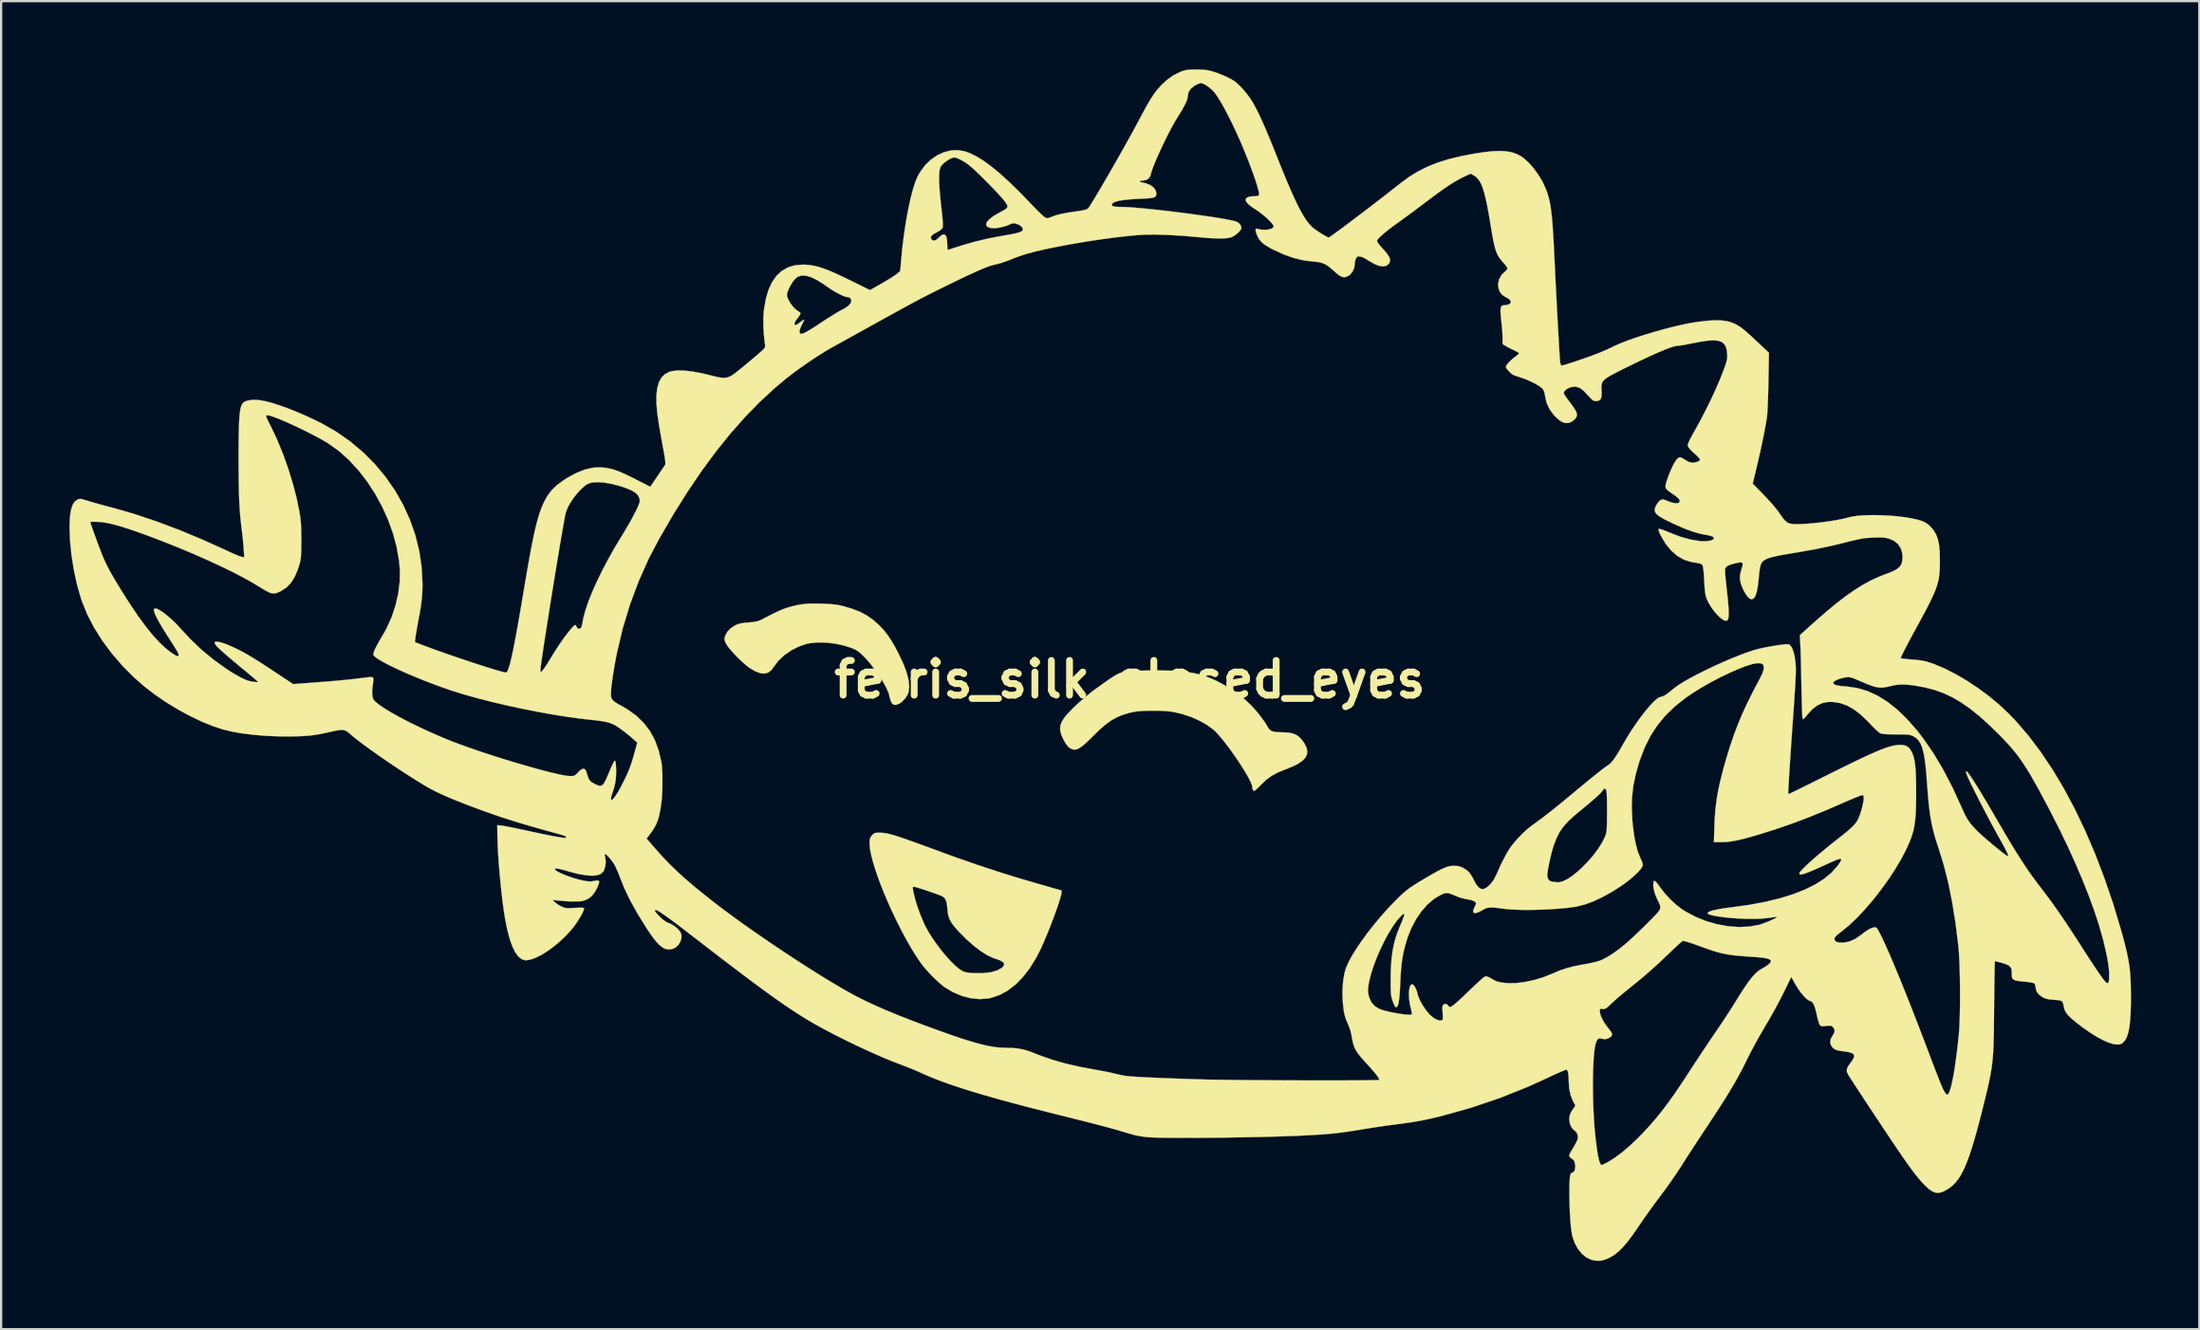
<source format=kicad_pcb>
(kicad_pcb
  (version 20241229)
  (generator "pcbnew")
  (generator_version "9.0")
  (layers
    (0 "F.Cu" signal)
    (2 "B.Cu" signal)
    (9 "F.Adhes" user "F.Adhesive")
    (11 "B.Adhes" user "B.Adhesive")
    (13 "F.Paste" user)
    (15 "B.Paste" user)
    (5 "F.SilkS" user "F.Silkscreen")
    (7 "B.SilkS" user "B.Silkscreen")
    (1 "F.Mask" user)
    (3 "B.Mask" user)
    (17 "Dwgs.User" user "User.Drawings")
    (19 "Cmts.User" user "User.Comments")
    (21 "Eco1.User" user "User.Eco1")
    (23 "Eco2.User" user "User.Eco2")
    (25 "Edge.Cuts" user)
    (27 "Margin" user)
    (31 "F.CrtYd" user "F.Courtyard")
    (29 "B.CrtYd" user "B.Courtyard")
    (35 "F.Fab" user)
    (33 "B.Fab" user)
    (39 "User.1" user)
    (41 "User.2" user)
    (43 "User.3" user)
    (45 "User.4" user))
  (footprint "ferris_silk_closed_eyes"
    (layer "F.Cu")
    (at 46.56 26.797)
    (property "Reference" "ferris_silk_closed_eyes" (at 0 0 0) (layer "F.SilkS") (effects (font (size 1.524 1.524) (thickness 0.3))))
    (attr through_hole)
    (fp_poly (pts (xy -14.116 -3.328) (xy -14.35 -3.309) (xy -14.573 -3.273) (xy -14.806 -3.219) (xy -14.971 -3.174) (xy -15.086 -3.138) (xy -15.198 -3.099) (xy -15.317 -3.052) (xy -15.454 -2.99) (xy -15.621 -2.91) (xy -15.827 -2.807) (xy -16.084 -2.675) (xy -16.154 -2.638) (xy -16.266 -2.586) (xy -16.376 -2.551) (xy -16.507 -2.526) (xy -16.68 -2.509) (xy -16.744 -2.504) (xy -16.944 -2.485) (xy -17.095 -2.461) (xy -17.218 -2.425) (xy -17.325 -2.379) (xy -17.524 -2.251) (xy -17.677 -2.09) (xy -17.773 -1.909) (xy -17.783 -1.877) (xy -17.8 -1.789) (xy -17.792 -1.713) (xy -17.754 -1.619) (xy -17.718 -1.55) (xy -17.642 -1.435) (xy -17.522 -1.288) (xy -17.371 -1.121) (xy -17.203 -0.948) (xy -17.03 -0.782) (xy -16.864 -0.636) (xy -16.72 -0.522) (xy -16.683 -0.497) (xy -16.438 -0.355) (xy -16.226 -0.275) (xy -16.042 -0.257) (xy -15.883 -0.302) (xy -15.744 -0.41) (xy -15.638 -0.552) (xy -15.434 -0.821) (xy -15.174 -1.066) (xy -14.872 -1.277) (xy -14.544 -1.445) (xy -14.204 -1.561) (xy -14.043 -1.594) (xy -13.692 -1.626) (xy -13.312 -1.617) (xy -12.924 -1.57) (xy -12.548 -1.489) (xy -12.206 -1.377) (xy -12.029 -1.298) (xy -11.884 -1.2) (xy -11.717 -1.049) (xy -11.534 -0.855) (xy -11.346 -0.63) (xy -11.16 -0.385) (xy -10.985 -0.131) (xy -10.828 0.119) (xy -10.699 0.355) (xy -10.605 0.565) (xy -10.558 0.722) (xy -10.509 0.917) (xy -10.449 1.044) (xy -10.372 1.109) (xy -10.272 1.117) (xy -10.143 1.071) (xy -10.131 1.065) (xy -9.993 0.967) (xy -9.862 0.826) (xy -9.761 0.667) (xy -9.72 0.564) (xy -9.689 0.328) (xy -9.715 0.046) (xy -9.796 -0.28) (xy -9.932 -0.653) (xy -10.125 -1.071) (xy -10.169 -1.158) (xy -10.334 -1.468) (xy -10.485 -1.725) (xy -10.631 -1.943) (xy -10.783 -2.137) (xy -10.95 -2.321) (xy -11.008 -2.38) (xy -11.269 -2.614) (xy -11.544 -2.808) (xy -11.848 -2.969) (xy -12.194 -3.105) (xy -12.573 -3.216) (xy -12.739 -3.256) (xy -12.898 -3.284) (xy -13.069 -3.304) (xy -13.274 -3.318) (xy -13.53 -3.328) (xy -13.535 -3.329) (xy -13.851 -3.334) (xy -14.116 -3.328)) (stroke (width 0.01) (type solid)) (fill yes) (layer "F.SilkS"))
    (fp_poly (pts (xy 0.904 -0.393) (xy 0.762 -0.391) (xy 0.448 -0.385) (xy 0.195 -0.378) (xy -0.008 -0.367) (xy -0.174 -0.349) (xy -0.314 -0.321) (xy -0.439 -0.279) (xy -0.562 -0.222) (xy -0.694 -0.146) (xy -0.845 -0.048) (xy -0.993 0.051) (xy -1.647 0.52) (xy -2.23 1.008) (xy -2.507 1.27) (xy -2.725 1.497) (xy -2.887 1.692) (xy -2.995 1.866) (xy -3.053 2.029) (xy -3.064 2.192) (xy -3.031 2.364) (xy -2.956 2.556) (xy -2.92 2.631) (xy -2.811 2.825) (xy -2.709 2.955) (xy -2.653 3.002) (xy -2.55 3.058) (xy -2.449 3.083) (xy -2.344 3.071) (xy -2.226 3.02) (xy -2.089 2.926) (xy -1.923 2.785) (xy -1.723 2.593) (xy -1.615 2.484) (xy -1.332 2.208) (xy -1.076 1.986) (xy -0.834 1.81) (xy -0.594 1.671) (xy -0.343 1.564) (xy -0.069 1.479) (xy 0.129 1.432) (xy 0.334 1.401) (xy 0.591 1.381) (xy 0.879 1.37) (xy 1.18 1.371) (xy 1.473 1.382) (xy 1.737 1.404) (xy 1.911 1.428) (xy 2.296 1.517) (xy 2.676 1.643) (xy 3.036 1.8) (xy 3.361 1.981) (xy 3.638 2.179) (xy 3.775 2.304) (xy 3.923 2.466) (xy 4.088 2.663) (xy 4.263 2.887) (xy 4.443 3.13) (xy 4.622 3.384) (xy 4.794 3.638) (xy 4.954 3.886) (xy 5.096 4.118) (xy 5.214 4.326) (xy 5.303 4.501) (xy 5.356 4.634) (xy 5.37 4.705) (xy 5.385 4.816) (xy 5.423 4.885) (xy 5.456 4.898) (xy 5.496 4.874) (xy 5.574 4.806) (xy 5.677 4.708) (xy 5.769 4.614) (xy 5.987 4.407) (xy 6.215 4.239) (xy 6.474 4.097) (xy 6.783 3.967) (xy 6.82 3.954) (xy 7.14 3.826) (xy 7.39 3.7) (xy 7.576 3.573) (xy 7.701 3.442) (xy 7.766 3.318) (xy 7.79 3.168) (xy 7.761 3.01) (xy 7.675 2.831) (xy 7.637 2.77) (xy 7.501 2.592) (xy 7.354 2.464) (xy 7.18 2.381) (xy 6.967 2.336) (xy 6.699 2.322) (xy 6.695 2.322) (xy 6.476 2.316) (xy 6.315 2.296) (xy 6.201 2.256) (xy 6.12 2.192) (xy 6.059 2.1) (xy 6.056 2.094) (xy 5.967 1.942) (xy 5.838 1.755) (xy 5.682 1.55) (xy 5.51 1.343) (xy 5.343 1.157) (xy 5.03 0.861) (xy 4.663 0.574) (xy 4.261 0.311) (xy 3.843 0.082) (xy 3.578 -0.038) (xy 3.322 -0.136) (xy 3.063 -0.217) (xy 2.791 -0.281) (xy 2.496 -0.329) (xy 2.169 -0.363) (xy 1.801 -0.385) (xy 1.383 -0.394) (xy 0.904 -0.393)) (stroke (width 0.01) (type solid)) (fill yes) (layer "F.SilkS"))
    (fp_poly (pts (xy -11.104 6.735) (xy -11.189 6.746) (xy -11.249 6.775) (xy -11.307 6.83) (xy -11.324 6.85) (xy -11.383 6.925) (xy -11.415 6.999) (xy -11.428 7.099) (xy -11.43 7.201) (xy -11.411 7.433) (xy -11.357 7.718) (xy -11.27 8.049) (xy -11.155 8.419) (xy -11.015 8.818) (xy -10.852 9.24) (xy -10.67 9.676) (xy -10.473 10.12) (xy -10.264 10.562) (xy -10.047 10.996) (xy -9.824 11.413) (xy -9.599 11.806) (xy -9.375 12.167) (xy -9.161 12.481) (xy -9.025 12.654) (xy -8.854 12.848) (xy -8.664 13.047) (xy -8.469 13.236) (xy -8.286 13.399) (xy -8.13 13.521) (xy -8.123 13.526) (xy -7.752 13.745) (xy -7.367 13.905) (xy -6.977 14.004) (xy -6.592 14.041) (xy -6.22 14.013) (xy -6.089 13.986) (xy -5.717 13.859) (xy -5.359 13.663) (xy -5.018 13.399) (xy -4.695 13.069) (xy -4.392 12.677) (xy -4.274 12.484) (xy -5.522 12.484) (xy -5.529 12.565) (xy -5.604 12.652) (xy -5.633 12.676) (xy -5.831 12.784) (xy -6.087 12.858) (xy -6.404 12.898) (xy -6.784 12.904) (xy -6.785 12.904) (xy -6.991 12.894) (xy -7.144 12.876) (xy -7.263 12.847) (xy -7.33 12.82) (xy -7.48 12.729) (xy -7.656 12.584) (xy -7.851 12.393) (xy -8.058 12.167) (xy -8.267 11.916) (xy -8.471 11.648) (xy -8.663 11.374) (xy -8.835 11.103) (xy -8.979 10.844) (xy -9.031 10.736) (xy -9.192 10.358) (xy -9.332 9.973) (xy -9.443 9.602) (xy -9.519 9.267) (xy -9.523 9.244) (xy -9.533 9.154) (xy -9.519 9.116) (xy -9.477 9.108) (xy -9.418 9.119) (xy -9.306 9.151) (xy -9.154 9.198) (xy -8.978 9.255) (xy -8.792 9.318) (xy -8.61 9.381) (xy -8.447 9.44) (xy -8.318 9.49) (xy -8.236 9.525) (xy -8.235 9.526) (xy -8.145 9.591) (xy -8.082 9.686) (xy -8.04 9.823) (xy -8.016 10.015) (xy -8.01 10.093) (xy -7.991 10.28) (xy -7.952 10.443) (xy -7.887 10.596) (xy -7.787 10.752) (xy -7.645 10.928) (xy -7.483 11.105) (xy -7.168 11.422) (xy -6.856 11.698) (xy -6.554 11.928) (xy -6.271 12.108) (xy -6.012 12.231) (xy -5.918 12.264) (xy -5.715 12.335) (xy -5.583 12.408) (xy -5.522 12.484) (xy -4.274 12.484) (xy -4.112 12.223) (xy -3.955 11.92) (xy -3.853 11.701) (xy -3.743 11.448) (xy -3.627 11.172) (xy -3.511 10.882) (xy -3.398 10.589) (xy -3.292 10.304) (xy -3.197 10.037) (xy -3.117 9.799) (xy -3.055 9.599) (xy -3.016 9.448) (xy -3.004 9.381) (xy -2.994 9.273) (xy -4.173 8.936) (xy -4.984 8.697) (xy -5.834 8.43) (xy -6.7 8.144) (xy -7.556 7.847) (xy -8.201 7.613) (xy -8.666 7.441) (xy -9.069 7.292) (xy -9.415 7.167) (xy -9.71 7.061) (xy -9.959 6.974) (xy -10.169 6.904) (xy -10.345 6.849) (xy -10.492 6.807) (xy -10.615 6.776) (xy -10.722 6.756) (xy -10.816 6.743) (xy -10.904 6.736) (xy -10.97 6.735) (xy -11.104 6.735)) (stroke (width 0.01) (type solid)) (fill yes) (layer "F.SilkS"))
    (fp_poly (pts (xy 2.721 -26.79) (xy 2.574 -26.782) (xy 2.457 -26.766) (xy 2.35 -26.738) (xy 2.249 -26.703) (xy 1.92 -26.544) (xy 1.614 -26.326) (xy 1.371 -26.095) (xy 1.251 -25.962) (xy 1.139 -25.825) (xy 1.029 -25.672) (xy 0.914 -25.497) (xy 0.789 -25.287) (xy 0.648 -25.035) (xy 0.484 -24.73) (xy 0.416 -24.602) (xy 0.285 -24.355) (xy 0.135 -24.078) (xy -0.031 -23.777) (xy -0.208 -23.458) (xy -0.394 -23.129) (xy -0.583 -22.795) (xy -0.772 -22.464) (xy -0.958 -22.141) (xy -1.136 -21.835) (xy -1.303 -21.55) (xy -1.455 -21.294) (xy -1.588 -21.073) (xy -1.699 -20.895) (xy -1.783 -20.764) (xy -1.837 -20.689) (xy -1.846 -20.679) (xy -1.913 -20.645) (xy -2.047 -20.61) (xy -2.25 -20.575) (xy -2.377 -20.558) (xy -2.706 -20.51) (xy -2.975 -20.459) (xy -3.197 -20.404) (xy -3.386 -20.341) (xy -3.452 -20.314) (xy -3.558 -20.273) (xy -3.627 -20.261) (xy -3.69 -20.279) (xy -3.728 -20.297) (xy -3.784 -20.339) (xy -3.88 -20.426) (xy -4.008 -20.549) (xy -4.158 -20.7) (xy -4.323 -20.87) (xy -4.393 -20.944) (xy -4.863 -21.429) (xy -5.298 -21.854) (xy -5.7 -22.219) (xy -6.072 -22.526) (xy -6.416 -22.778) (xy -6.733 -22.975) (xy -7.027 -23.12) (xy -7.255 -23.202) (xy -7.556 -23.253) (xy -7.863 -23.237) (xy -8.167 -23.159) (xy -8.461 -23.023) (xy -8.737 -22.833) (xy -8.986 -22.593) (xy -9.2 -22.308) (xy -9.324 -22.089) (xy -9.419 -21.86) (xy -9.515 -21.566) (xy -9.608 -21.217) (xy -9.698 -20.821) (xy -9.784 -20.385) (xy -9.862 -19.919) (xy -9.933 -19.43) (xy -9.993 -18.927) (xy -10.042 -18.419) (xy -10.047 -18.361) (xy -10.081 -17.943) (xy -10.229 -17.816) (xy -10.312 -17.754) (xy -10.444 -17.667) (xy -10.61 -17.564) (xy -10.794 -17.454) (xy -10.894 -17.396) (xy -11.412 -17.103) (xy -12.195 -17.49) (xy -12.582 -17.678) (xy -12.915 -17.833) (xy -13.202 -17.957) (xy -13.453 -18.054) (xy -13.676 -18.125) (xy -13.878 -18.175) (xy -14.07 -18.205) (xy -14.26 -18.22) (xy -14.369 -18.222) (xy -14.711 -18.192) (xy -15.017 -18.099) (xy -15.286 -17.944) (xy -15.518 -17.728) (xy -15.712 -17.45) (xy -15.868 -17.112) (xy -15.985 -16.713) (xy -16.064 -16.255) (xy -16.077 -16.14) (xy -16.092 -15.866) (xy -16.091 -15.546) (xy -16.074 -15.206) (xy -16.042 -14.87) (xy -16.018 -14.694) (xy -16.013 -14.652) (xy -16.016 -14.614) (xy -16.034 -14.573) (xy -16.073 -14.522) (xy -16.14 -14.454) (xy -16.241 -14.363) (xy -16.382 -14.24) (xy -16.571 -14.079) (xy -16.637 -14.023) (xy -16.832 -13.859) (xy -17.02 -13.705) (xy -17.19 -13.568) (xy -17.332 -13.457) (xy -17.434 -13.381) (xy -17.463 -13.362) (xy -17.59 -13.294) (xy -17.717 -13.255) (xy -17.859 -13.247) (xy -18.032 -13.268) (xy -18.253 -13.318) (xy -18.315 -13.334) (xy -18.768 -13.445) (xy -19.176 -13.522) (xy -19.536 -13.565) (xy -19.843 -13.573) (xy -20.093 -13.547) (xy -20.216 -13.515) (xy -20.409 -13.415) (xy -20.562 -13.264) (xy -20.676 -13.06) (xy -20.751 -12.802) (xy -20.788 -12.487) (xy -20.786 -12.114) (xy -20.748 -11.681) (xy -20.723 -11.501) (xy -20.691 -11.292) (xy -20.649 -11.034) (xy -20.6 -10.751) (xy -20.549 -10.466) (xy -20.506 -10.233) (xy -20.457 -9.967) (xy -20.423 -9.764) (xy -20.402 -9.616) (xy -20.394 -9.515) (xy -20.397 -9.453) (xy -20.406 -9.428) (xy -20.44 -9.377) (xy -20.507 -9.279) (xy -20.597 -9.145) (xy -20.703 -8.988) (xy -20.752 -8.915) (xy -21.056 -8.464) (xy -21.749 -8.816) (xy -22.051 -8.966) (xy -22.304 -9.082) (xy -22.521 -9.17) (xy -22.715 -9.233) (xy -22.9 -9.276) (xy -23.089 -9.304) (xy -23.208 -9.315) (xy -23.546 -9.306) (xy -23.904 -9.228) (xy -24.283 -9.082) (xy -24.682 -8.868) (xy -24.882 -8.74) (xy -25.166 -8.528) (xy -25.392 -8.308) (xy -25.574 -8.065) (xy -25.71 -7.82) (xy -25.78 -7.667) (xy -25.847 -7.505) (xy -25.91 -7.329) (xy -25.972 -7.134) (xy -26.034 -6.914) (xy -26.096 -6.665) (xy -26.161 -6.38) (xy -26.228 -6.054) (xy -26.301 -5.683) (xy -26.379 -5.26) (xy -26.463 -4.78) (xy -26.557 -4.238) (xy -26.638 -3.756) (xy -26.742 -3.139) (xy -26.837 -2.591) (xy -26.923 -2.11) (xy -27.001 -1.692) (xy -27.071 -1.335) (xy -27.134 -1.036) (xy -27.191 -0.792) (xy -27.242 -0.6) (xy -27.288 -0.458) (xy -27.329 -0.363) (xy -27.366 -0.311) (xy -27.381 -0.302) (xy -27.433 -0.307) (xy -27.545 -0.333) (xy -27.711 -0.379) (xy -27.923 -0.442) (xy -28.174 -0.519) (xy -28.456 -0.609) (xy -28.762 -0.708) (xy -29.085 -0.815) (xy -29.416 -0.926) (xy -29.749 -1.039) (xy -30.076 -1.153) (xy -30.389 -1.264) (xy -30.682 -1.37) (xy -30.947 -1.468) (xy -31.091 -1.523) (xy -31.394 -1.641) (xy -31.37 -1.846) (xy -31.354 -1.956) (xy -31.327 -2.118) (xy -31.293 -2.313) (xy -31.255 -2.522) (xy -31.241 -2.594) (xy -31.176 -2.942) (xy -31.129 -3.237) (xy -31.095 -3.497) (xy -31.074 -3.741) (xy -31.063 -3.987) (xy -31.061 -4.208) (xy -31.097 -4.931) (xy -31.203 -5.643) (xy -31.375 -6.34) (xy -31.612 -7.018) (xy -31.911 -7.674) (xy -32.268 -8.301) (xy -32.681 -8.897) (xy -33.148 -9.457) (xy -33.665 -9.977) (xy -34.23 -10.453) (xy -34.841 -10.88) (xy -35.494 -11.254) (xy -35.584 -11.299) (xy -36.025 -11.511) (xy -36.462 -11.704) (xy -36.883 -11.876) (xy -37.281 -12.022) (xy -37.644 -12.139) (xy -37.964 -12.224) (xy -38.202 -12.268) (xy -38.41 -12.283) (xy -38.608 -12.273) (xy -38.778 -12.239) (xy -38.898 -12.184) (xy -38.901 -12.181) (xy -38.949 -12.136) (xy -38.99 -12.073) (xy -39.025 -11.988) (xy -39.054 -11.875) (xy -39.077 -11.73) (xy -39.096 -11.546) (xy -39.11 -11.318) (xy -39.12 -11.042) (xy -39.127 -10.711) (xy -39.131 -10.321) (xy -39.133 -9.865) (xy -39.133 -9.652) (xy -39.131 -9.15) (xy -39.127 -8.71) (xy -39.12 -8.323) (xy -39.11 -7.979) (xy -39.096 -7.667) (xy -39.077 -7.378) (xy -39.054 -7.102) (xy -39.025 -6.829) (xy -38.991 -6.548) (xy -38.986 -6.513) (xy -38.96 -6.296) (xy -38.936 -6.053) (xy -38.916 -5.825) (xy -38.91 -5.738) (xy -38.887 -5.362) (xy -39.01 -5.388) (xy -39.084 -5.412) (xy -39.209 -5.462) (xy -39.372 -5.531) (xy -39.559 -5.615) (xy -39.699 -5.68) (xy -40.729 -6.147) (xy -41.741 -6.567) (xy -42.728 -6.938) (xy -43.684 -7.259) (xy -44.601 -7.526) (xy -44.758 -7.567) (xy -44.996 -7.629) (xy -45.238 -7.695) (xy -45.463 -7.758) (xy -45.653 -7.814) (xy -45.754 -7.845) (xy -45.912 -7.894) (xy -46.019 -7.923) (xy -46.092 -7.932) (xy -46.149 -7.924) (xy -46.206 -7.901) (xy -46.215 -7.897) (xy -46.328 -7.813) (xy -46.417 -7.677) (xy -46.483 -7.487) (xy -46.527 -7.236) (xy -46.55 -6.923) (xy -46.555 -6.674) (xy -46.533 -6.085) (xy -46.471 -5.464) (xy -46.372 -4.834) (xy -46.24 -4.218) (xy -46.079 -3.639) (xy -46.008 -3.425) (xy -45.774 -2.848) (xy -45.473 -2.269) (xy -45.111 -1.695) (xy -44.695 -1.135) (xy -44.229 -0.596) (xy -43.72 -0.085) (xy -43.258 0.319) (xy -42.802 0.67) (xy -42.308 1.007) (xy -41.79 1.322) (xy -41.262 1.608) (xy -40.738 1.857) (xy -40.231 2.061) (xy -39.839 2.19) (xy -39.438 2.288) (xy -38.978 2.37) (xy -38.469 2.433) (xy -37.925 2.477) (xy -37.355 2.5) (xy -37.03 2.503) (xy -36.662 2.5) (xy -36.349 2.49) (xy -36.074 2.472) (xy -35.819 2.442) (xy -35.567 2.401) (xy -35.3 2.346) (xy -35.192 2.321) (xy -34.951 2.266) (xy -34.766 2.231) (xy -34.626 2.216) (xy -34.517 2.223) (xy -34.426 2.253) (xy -34.341 2.306) (xy -34.247 2.384) (xy -34.233 2.398) (xy -34.068 2.538) (xy -33.849 2.71) (xy -33.587 2.907) (xy -33.288 3.123) (xy -32.963 3.353) (xy -32.62 3.59) (xy -32.267 3.827) (xy -31.915 4.06) (xy -31.571 4.282) (xy -31.244 4.487) (xy -30.944 4.669) (xy -30.788 4.759) (xy -30.504 4.91) (xy -30.152 5.076) (xy -29.731 5.257) (xy -29.241 5.453) (xy -28.811 5.616) (xy -28.386 5.773) (xy -27.981 5.917) (xy -27.584 6.052) (xy -27.182 6.182) (xy -26.764 6.311) (xy -26.317 6.443) (xy -25.829 6.582) (xy -25.286 6.732) (xy -25.063 6.792) (xy -24.893 6.843) (xy -24.79 6.886) (xy -24.748 6.924) (xy -24.758 6.954) (xy -24.809 6.961) (xy -24.93 6.949) (xy -25.12 6.919) (xy -25.38 6.872) (xy -25.709 6.806) (xy -26.107 6.721) (xy -26.398 6.658) (xy -26.673 6.599) (xy -26.932 6.544) (xy -27.165 6.496) (xy -27.361 6.458) (xy -27.511 6.431) (xy -27.602 6.417) (xy -27.613 6.416) (xy -27.777 6.404) (xy -27.769 6.912) (xy -27.758 7.267) (xy -27.737 7.675) (xy -27.706 8.119) (xy -27.667 8.583) (xy -27.622 9.051) (xy -27.573 9.506) (xy -27.52 9.931) (xy -27.466 10.311) (xy -27.431 10.523) (xy -27.336 10.996) (xy -27.23 11.398) (xy -27.113 11.728) (xy -26.985 11.987) (xy -26.846 12.174) (xy -26.697 12.291) (xy -26.536 12.336) (xy -26.51 12.336) (xy -26.316 12.307) (xy -26.087 12.225) (xy -25.835 12.098) (xy -25.567 11.931) (xy -25.294 11.731) (xy -25.024 11.505) (xy -24.766 11.26) (xy -24.53 11.002) (xy -24.39 10.826) (xy -24.282 10.673) (xy -24.179 10.513) (xy -24.089 10.358) (xy -24.019 10.221) (xy -23.976 10.115) (xy -23.966 10.054) (xy -23.968 10.049) (xy -24.018 10.032) (xy -24.138 10.027) (xy -24.329 10.033) (xy -24.386 10.036) (xy -24.562 10.046) (xy -24.686 10.049) (xy -24.776 10.041) (xy -24.853 10.02) (xy -24.935 9.985) (xy -24.974 9.966) (xy -25.098 9.897) (xy -25.208 9.82) (xy -25.257 9.776) (xy -25.346 9.68) (xy -25.182 9.701) (xy -24.956 9.726) (xy -24.719 9.743) (xy -24.489 9.751) (xy -24.281 9.751) (xy -24.113 9.742) (xy -24.002 9.724) (xy -23.79 9.639) (xy -23.62 9.508) (xy -23.481 9.321) (xy -23.42 9.207) (xy -23.343 9.038) (xy -23.304 8.925) (xy -23.307 8.859) (xy -23.353 8.832) (xy -23.446 8.837) (xy -23.54 8.855) (xy -23.661 8.873) (xy -23.787 8.87) (xy -23.947 8.846) (xy -24.006 8.835) (xy -24.211 8.786) (xy -24.425 8.725) (xy -24.634 8.654) (xy -24.83 8.58) (xy -25 8.506) (xy -25.133 8.437) (xy -25.22 8.377) (xy -25.248 8.331) (xy -25.247 8.328) (xy -25.228 8.307) (xy -25.18 8.302) (xy -25.096 8.314) (xy -24.965 8.344) (xy -24.779 8.394) (xy -24.638 8.435) (xy -24.24 8.538) (xy -23.901 8.6) (xy -23.621 8.622) (xy -23.399 8.603) (xy -23.233 8.543) (xy -23.123 8.443) (xy -23.098 8.4) (xy -23.035 8.207) (xy -23.014 7.999) (xy -23.037 7.82) (xy -23.057 7.727) (xy -23.061 7.668) (xy -23.058 7.661) (xy -23.021 7.671) (xy -22.955 7.726) (xy -22.87 7.814) (xy -22.779 7.922) (xy -22.694 8.036) (xy -22.649 8.105) (xy -22.584 8.227) (xy -22.509 8.391) (xy -22.436 8.57) (xy -22.403 8.659) (xy -22.198 9.169) (xy -21.934 9.715) (xy -21.611 10.297) (xy -21.227 10.916) (xy -21.169 11.004) (xy -20.978 11.284) (xy -20.81 11.502) (xy -20.659 11.664) (xy -20.519 11.775) (xy -20.384 11.838) (xy -20.247 11.861) (xy -20.117 11.849) (xy -19.962 11.786) (xy -19.831 11.669) (xy -19.736 11.516) (xy -19.688 11.345) (xy -19.693 11.201) (xy -19.746 11.081) (xy -19.852 10.954) (xy -19.99 10.837) (xy -20.146 10.745) (xy -20.216 10.716) (xy -20.359 10.651) (xy -20.503 10.55) (xy -20.637 10.426) (xy -20.766 10.294) (xy -20.839 10.203) (xy -20.861 10.148) (xy -20.834 10.125) (xy -20.815 10.124) (xy -20.753 10.146) (xy -20.638 10.213) (xy -20.471 10.324) (xy -20.25 10.482) (xy -19.975 10.684) (xy -19.646 10.933) (xy -19.262 11.229) (xy -19.228 11.255) (xy -18.603 11.738) (xy -18.031 12.178) (xy -17.507 12.578) (xy -17.028 12.941) (xy -16.591 13.269) (xy -16.192 13.564) (xy -15.826 13.831) (xy -15.49 14.07) (xy -15.18 14.286) (xy -14.893 14.481) (xy -14.624 14.658) (xy -14.371 14.819) (xy -14.195 14.927) (xy -13.817 15.148) (xy -13.386 15.384) (xy -12.915 15.63) (xy -12.421 15.878) (xy -11.915 16.121) (xy -11.412 16.353) (xy -10.927 16.568) (xy -10.473 16.758) (xy -10.065 16.916) (xy -10.019 16.933) (xy -9.799 17.017) (xy -9.547 17.118) (xy -9.297 17.224) (xy -9.111 17.307) (xy -8.777 17.454) (xy -8.403 17.603) (xy -7.986 17.756) (xy -7.522 17.913) (xy -7.01 18.076) (xy -6.444 18.246) (xy -5.822 18.423) (xy -5.141 18.609) (xy -4.397 18.805) (xy -3.588 19.011) (xy -2.994 19.159) (xy -2.625 19.251) (xy -2.259 19.343) (xy -1.904 19.433) (xy -1.57 19.519) (xy -1.269 19.597) (xy -1.009 19.666) (xy -0.801 19.723) (xy -0.671 19.759) (xy -0.456 19.822) (xy -0.246 19.884) (xy -0.058 19.939) (xy 0.087 19.981) (xy 0.142 19.997) (xy 0.285 20.031) (xy 0.469 20.065) (xy 0.663 20.093) (xy 0.735 20.102) (xy 0.889 20.113) (xy 1.11 20.122) (xy 1.388 20.128) (xy 1.718 20.133) (xy 2.093 20.136) (xy 2.506 20.136) (xy 2.949 20.135) (xy 3.416 20.132) (xy 3.9 20.128) (xy 4.394 20.121) (xy 4.891 20.113) (xy 5.383 20.104) (xy 5.865 20.093) (xy 6.328 20.081) (xy 6.766 20.068) (xy 7.172 20.053) (xy 7.54 20.037) (xy 7.693 20.03) (xy 8.096 20.007) (xy 8.444 19.985) (xy 8.751 19.961) (xy 9.036 19.933) (xy 9.314 19.899) (xy 9.602 19.859) (xy 9.917 19.81) (xy 10.124 19.776) (xy 10.409 19.729) (xy 10.712 19.682) (xy 11.012 19.637) (xy 11.288 19.597) (xy 11.518 19.566) (xy 11.561 19.561) (xy 11.973 19.507) (xy 12.332 19.456) (xy 12.656 19.402) (xy 12.964 19.343) (xy 13.276 19.275) (xy 13.61 19.195) (xy 13.685 19.176) (xy 14.976 18.815) (xy 16.235 18.389) (xy 17.466 17.897) (xy 18.329 17.505) (xy 18.553 17.399) (xy 18.757 17.306) (xy 18.93 17.23) (xy 19.065 17.175) (xy 19.15 17.144) (xy 19.176 17.14) (xy 19.219 17.193) (xy 19.25 17.313) (xy 19.266 17.494) (xy 19.268 17.612) (xy 19.289 17.967) (xy 19.353 18.272) (xy 19.462 18.536) (xy 19.513 18.622) (xy 19.551 18.692) (xy 19.549 18.743) (xy 19.503 18.81) (xy 19.494 18.822) (xy 19.379 18.988) (xy 19.315 19.141) (xy 19.294 19.304) (xy 19.294 19.327) (xy 19.317 19.501) (xy 19.381 19.659) (xy 19.475 19.778) (xy 19.528 19.815) (xy 19.611 19.896) (xy 19.663 20.017) (xy 19.671 20.148) (xy 19.664 20.186) (xy 19.63 20.268) (xy 19.57 20.389) (xy 19.494 20.524) (xy 19.477 20.552) (xy 19.384 20.709) (xy 19.325 20.817) (xy 19.296 20.89) (xy 19.295 20.939) (xy 19.316 20.977) (xy 19.348 21.009) (xy 19.412 21.061) (xy 19.45 21.082) (xy 19.486 21.114) (xy 19.522 21.194) (xy 19.549 21.298) (xy 19.558 21.395) (xy 19.542 21.528) (xy 19.499 21.623) (xy 19.436 21.662) (xy 19.429 21.663) (xy 19.387 21.676) (xy 19.354 21.721) (xy 19.33 21.804) (xy 19.314 21.934) (xy 19.304 22.115) (xy 19.299 22.357) (xy 19.299 22.602) (xy 19.305 23.025) (xy 19.319 23.418) (xy 19.34 23.771) (xy 19.368 24.076) (xy 19.403 24.324) (xy 19.433 24.471) (xy 19.529 24.751) (xy 19.667 25.003) (xy 19.837 25.217) (xy 20.03 25.381) (xy 20.238 25.484) (xy 20.258 25.49) (xy 20.476 25.536) (xy 20.675 25.532) (xy 20.886 25.476) (xy 20.889 25.475) (xy 21.086 25.389) (xy 21.276 25.273) (xy 21.465 25.12) (xy 21.66 24.924) (xy 21.866 24.68) (xy 22.09 24.382) (xy 22.315 24.055) (xy 22.477 23.816) (xy 22.657 23.559) (xy 22.839 23.302) (xy 23.009 23.067) (xy 23.15 22.878) (xy 23.463 22.461) (xy 23.74 22.075) (xy 23.996 21.703) (xy 24.244 21.322) (xy 24.327 21.191) (xy 24.414 21.054) (xy 24.535 20.867) (xy 24.682 20.64) (xy 24.849 20.384) (xy 25.03 20.109) (xy 25.217 19.826) (xy 25.382 19.576) (xy 25.676 19.13) (xy 25.933 18.734) (xy 26.159 18.378) (xy 26.358 18.053) (xy 26.537 17.75) (xy 26.7 17.46) (xy 26.854 17.173) (xy 27.004 16.881) (xy 27.103 16.68) (xy 27.228 16.43) (xy 27.371 16.158) (xy 27.517 15.887) (xy 27.655 15.641) (xy 27.741 15.494) (xy 28.062 14.95) (xy 28.347 14.442) (xy 28.604 13.954) (xy 28.79 13.581) (xy 29.041 13.065) (xy 29.225 13.398) (xy 29.344 13.592) (xy 29.473 13.772) (xy 29.603 13.925) (xy 29.724 14.041) (xy 29.826 14.109) (xy 29.864 14.121) (xy 29.944 14.159) (xy 30.015 14.253) (xy 30.079 14.406) (xy 30.138 14.626) (xy 30.158 14.722) (xy 30.195 14.883) (xy 30.234 15.025) (xy 30.269 15.128) (xy 30.285 15.161) (xy 30.321 15.206) (xy 30.366 15.229) (xy 30.44 15.232) (xy 30.565 15.221) (xy 30.569 15.221) (xy 30.7 15.21) (xy 30.781 15.214) (xy 30.836 15.239) (xy 30.875 15.272) (xy 30.941 15.378) (xy 30.937 15.498) (xy 30.864 15.635) (xy 30.863 15.637) (xy 30.772 15.797) (xy 30.749 15.943) (xy 30.787 16.072) (xy 30.858 16.175) (xy 30.955 16.247) (xy 31.093 16.296) (xy 31.287 16.33) (xy 31.318 16.333) (xy 31.539 16.365) (xy 31.692 16.408) (xy 31.779 16.466) (xy 31.804 16.546) (xy 31.77 16.652) (xy 31.681 16.79) (xy 31.639 16.843) (xy 31.533 16.994) (xy 31.482 17.117) (xy 31.482 17.23) (xy 31.532 17.35) (xy 31.554 17.387) (xy 31.637 17.517) (xy 31.755 17.698) (xy 31.901 17.923) (xy 32.071 18.181) (xy 32.258 18.466) (xy 32.457 18.768) (xy 32.662 19.078) (xy 32.867 19.388) (xy 33.067 19.689) (xy 33.256 19.973) (xy 33.428 20.23) (xy 33.577 20.453) (xy 33.699 20.633) (xy 33.758 20.719) (xy 33.981 21.043) (xy 34.172 21.314) (xy 34.337 21.541) (xy 34.482 21.732) (xy 34.613 21.895) (xy 34.737 22.04) (xy 34.861 22.174) (xy 34.883 22.197) (xy 35.072 22.377) (xy 35.241 22.494) (xy 35.4 22.55) (xy 35.562 22.546) (xy 35.738 22.486) (xy 35.94 22.369) (xy 35.954 22.36) (xy 36.099 22.25) (xy 36.235 22.118) (xy 36.364 21.958) (xy 36.487 21.766) (xy 36.607 21.537) (xy 36.726 21.266) (xy 36.846 20.949) (xy 36.969 20.581) (xy 37.096 20.158) (xy 37.23 19.675) (xy 37.373 19.126) (xy 37.442 18.85) (xy 37.537 18.468) (xy 37.619 18.132) (xy 37.688 17.834) (xy 37.746 17.565) (xy 37.794 17.315) (xy 37.834 17.075) (xy 37.865 16.837) (xy 37.889 16.59) (xy 37.907 16.326) (xy 37.92 16.036) (xy 37.929 15.71) (xy 37.936 15.339) (xy 37.941 14.914) (xy 37.945 14.426) (xy 37.945 14.414) (xy 37.948 14.037) (xy 37.95 13.881) (xy 36.45 13.881) (xy 36.448 14.284) (xy 36.442 14.667) (xy 36.432 15.017) (xy 36.418 15.319) (xy 36.401 15.548) (xy 36.355 16.002) (xy 36.304 16.436) (xy 36.25 16.84) (xy 36.194 17.207) (xy 36.137 17.525) (xy 36.082 17.786) (xy 36.046 17.925) (xy 35.991 18.098) (xy 35.942 18.202) (xy 35.895 18.241) (xy 35.843 18.218) (xy 35.78 18.135) (xy 35.751 18.086) (xy 35.722 18.033) (xy 35.689 17.964) (xy 35.649 17.873) (xy 35.599 17.754) (xy 35.538 17.603) (xy 35.463 17.412) (xy 35.372 17.177) (xy 35.263 16.892) (xy 35.133 16.55) (xy 34.98 16.148) (xy 34.96 16.093) (xy 34.702 15.416) (xy 34.451 14.768) (xy 34.21 14.153) (xy 33.98 13.577) (xy 33.764 13.044) (xy 33.562 12.558) (xy 33.479 12.364) (xy 28.149 12.364) (xy 28.132 12.421) (xy 28.063 12.499) (xy 27.953 12.586) (xy 27.815 12.671) (xy 27.779 12.69) (xy 27.662 12.758) (xy 27.547 12.844) (xy 27.43 12.954) (xy 27.306 13.095) (xy 27.169 13.272) (xy 27.015 13.492) (xy 26.839 13.761) (xy 26.636 14.085) (xy 26.525 14.266) (xy 26.427 14.422) (xy 26.297 14.624) (xy 26.145 14.856) (xy 25.979 15.106) (xy 25.81 15.358) (xy 25.693 15.529) (xy 25.513 15.794) (xy 25.308 16.1) (xy 25.089 16.428) (xy 24.872 16.757) (xy 24.668 17.069) (xy 24.544 17.261) (xy 24.213 17.765) (xy 23.908 18.214) (xy 23.62 18.617) (xy 23.342 18.982) (xy 23.067 19.321) (xy 22.788 19.641) (xy 22.497 19.953) (xy 22.298 20.156) (xy 21.958 20.479) (xy 21.625 20.763) (xy 21.308 21.001) (xy 21.017 21.184) (xy 20.973 21.208) (xy 20.855 21.269) (xy 20.761 21.315) (xy 20.711 21.335) (xy 20.708 21.335) (xy 20.677 21.305) (xy 20.636 21.231) (xy 20.624 21.204) (xy 20.593 21.1) (xy 20.558 20.935) (xy 20.521 20.721) (xy 20.485 20.471) (xy 20.451 20.196) (xy 20.42 19.908) (xy 20.395 19.62) (xy 20.394 19.612) (xy 20.368 19.213) (xy 20.348 18.8) (xy 20.336 18.382) (xy 20.33 17.969) (xy 20.33 17.57) (xy 20.337 17.193) (xy 20.351 16.848) (xy 20.371 16.543) (xy 20.396 16.287) (xy 20.428 16.09) (xy 20.448 16.012) (xy 20.5 15.866) (xy 20.557 15.785) (xy 20.628 15.761) (xy 20.717 15.783) (xy 20.851 15.804) (xy 20.996 15.771) (xy 21.119 15.694) (xy 21.135 15.677) (xy 21.168 15.625) (xy 21.168 15.565) (xy 21.13 15.485) (xy 21.05 15.373) (xy 20.969 15.273) (xy 20.843 15.101) (xy 20.739 14.919) (xy 20.665 14.746) (xy 20.633 14.603) (xy 20.632 14.589) (xy 20.636 14.503) (xy 20.661 14.471) (xy 20.701 14.471) (xy 20.789 14.479) (xy 20.862 14.466) (xy 20.938 14.423) (xy 21.033 14.342) (xy 21.129 14.248) (xy 21.231 14.152) (xy 21.377 14.023) (xy 21.554 13.872) (xy 21.749 13.71) (xy 21.949 13.548) (xy 21.976 13.526) (xy 22.312 13.255) (xy 22.625 12.992) (xy 22.931 12.724) (xy 23.246 12.437) (xy 23.585 12.118) (xy 23.785 11.925) (xy 23.934 11.783) (xy 24.069 11.658) (xy 24.179 11.561) (xy 24.254 11.5) (xy 24.281 11.483) (xy 24.333 11.489) (xy 24.441 11.517) (xy 24.593 11.564) (xy 24.778 11.627) (xy 24.983 11.701) (xy 24.985 11.701) (xy 25.29 11.813) (xy 25.552 11.903) (xy 25.786 11.975) (xy 26.005 12.032) (xy 26.225 12.076) (xy 26.46 12.111) (xy 26.723 12.139) (xy 27.031 12.164) (xy 27.396 12.188) (xy 27.402 12.189) (xy 27.669 12.209) (xy 27.871 12.235) (xy 28.013 12.267) (xy 28.103 12.307) (xy 28.146 12.357) (xy 28.149 12.364) (xy 33.479 12.364) (xy 33.378 12.126) (xy 33.213 11.75) (xy 33.069 11.438) (xy 33.035 11.366) (xy 32.944 11.179) (xy 32.876 11.048) (xy 32.826 10.963) (xy 32.785 10.914) (xy 32.748 10.892) (xy 32.708 10.886) (xy 32.703 10.886) (xy 32.583 10.913) (xy 32.428 10.989) (xy 32.25 11.106) (xy 32.122 11.208) (xy 31.857 11.394) (xy 31.589 11.514) (xy 31.336 11.563) (xy 31.144 11.561) (xy 31.013 11.524) (xy 30.944 11.451) (xy 30.934 11.394) (xy 30.947 11.344) (xy 30.991 11.284) (xy 31.076 11.205) (xy 31.21 11.098) (xy 31.278 11.046) (xy 31.596 10.784) (xy 31.931 10.464) (xy 32.276 10.097) (xy 32.621 9.694) (xy 32.958 9.265) (xy 33.28 8.821) (xy 33.578 8.372) (xy 33.843 7.928) (xy 34.014 7.609) (xy 34.142 7.345) (xy 34.248 7.105) (xy 34.332 6.878) (xy 34.398 6.651) (xy 34.447 6.413) (xy 34.482 6.154) (xy 34.505 5.861) (xy 34.517 5.523) (xy 34.521 5.215) (xy 32.222 5.215) (xy 32.208 5.36) (xy 32.171 5.548) (xy 32.117 5.754) (xy 32.051 5.955) (xy 31.995 6.096) (xy 31.939 6.206) (xy 31.866 6.313) (xy 31.769 6.425) (xy 31.641 6.55) (xy 31.472 6.696) (xy 31.255 6.871) (xy 31.119 6.977) (xy 30.82 7.213) (xy 30.535 7.444) (xy 30.269 7.666) (xy 30.029 7.873) (xy 29.819 8.06) (xy 29.645 8.223) (xy 29.513 8.358) (xy 29.426 8.459) (xy 29.392 8.521) (xy 29.391 8.526) (xy 29.41 8.558) (xy 29.466 8.565) (xy 29.566 8.546) (xy 29.712 8.498) (xy 29.908 8.422) (xy 30.158 8.315) (xy 30.466 8.176) (xy 30.68 8.077) (xy 30.905 7.975) (xy 31.07 7.909) (xy 31.177 7.879) (xy 31.231 7.888) (xy 31.233 7.935) (xy 31.189 8.023) (xy 31.1 8.153) (xy 31.059 8.207) (xy 30.8 8.496) (xy 30.473 8.765) (xy 30.08 9.012) (xy 29.624 9.238) (xy 29.106 9.44) (xy 28.529 9.618) (xy 27.894 9.772) (xy 27.204 9.9) (xy 26.507 9.997) (xy 26.158 10.042) (xy 25.87 10.089) (xy 25.643 10.136) (xy 25.482 10.183) (xy 25.388 10.23) (xy 25.364 10.267) (xy 25.399 10.305) (xy 25.498 10.343) (xy 25.653 10.381) (xy 25.856 10.416) (xy 26.098 10.448) (xy 26.371 10.475) (xy 26.668 10.497) (xy 26.96 10.511) (xy 27.252 10.518) (xy 27.502 10.517) (xy 27.734 10.506) (xy 27.976 10.483) (xy 28.252 10.447) (xy 28.375 10.429) (xy 28.414 10.43) (xy 28.397 10.453) (xy 28.332 10.492) (xy 28.233 10.543) (xy 28.109 10.599) (xy 27.971 10.657) (xy 27.831 10.711) (xy 27.698 10.756) (xy 27.613 10.781) (xy 27.188 10.857) (xy 26.731 10.876) (xy 26.257 10.84) (xy 25.774 10.751) (xy 25.296 10.613) (xy 24.834 10.426) (xy 24.398 10.194) (xy 24.257 10.105) (xy 23.987 9.899) (xy 23.715 9.647) (xy 23.463 9.369) (xy 23.331 9.198) (xy 23.211 9.034) (xy 23.125 8.924) (xy 23.067 8.863) (xy 23.029 8.845) (xy 23.005 8.866) (xy 22.988 8.92) (xy 22.988 8.924) (xy 22.981 9.069) (xy 23.011 9.254) (xy 23.071 9.458) (xy 23.158 9.66) (xy 23.172 9.687) (xy 23.246 9.837) (xy 23.284 9.945) (xy 23.289 10.031) (xy 23.263 10.114) (xy 23.244 10.153) (xy 23.201 10.211) (xy 23.112 10.31) (xy 22.987 10.442) (xy 22.833 10.6) (xy 22.659 10.773) (xy 22.472 10.956) (xy 22.282 11.139) (xy 22.095 11.315) (xy 21.922 11.474) (xy 21.79 11.592) (xy 21.507 11.824) (xy 21.226 12.028) (xy 20.96 12.196) (xy 20.72 12.319) (xy 20.64 12.352) (xy 20.513 12.391) (xy 20.338 12.435) (xy 20.137 12.479) (xy 19.937 12.515) (xy 19.53 12.592) (xy 19.172 12.685) (xy 18.84 12.799) (xy 18.575 12.912) (xy 18.173 13.075) (xy 17.759 13.202) (xy 17.346 13.29) (xy 16.949 13.338) (xy 16.582 13.343) (xy 16.351 13.318) (xy 16.208 13.291) (xy 16.094 13.258) (xy 15.982 13.207) (xy 15.848 13.128) (xy 15.794 13.095) (xy 15.674 13.043) (xy 15.595 13.047) (xy 15.546 13.079) (xy 15.454 13.155) (xy 15.328 13.267) (xy 15.176 13.407) (xy 15.006 13.569) (xy 14.913 13.659) (xy 14.734 13.832) (xy 14.563 13.993) (xy 14.411 14.133) (xy 14.286 14.242) (xy 14.199 14.313) (xy 14.174 14.331) (xy 14.086 14.381) (xy 14.038 14.393) (xy 14.009 14.371) (xy 14 14.357) (xy 13.928 14.275) (xy 13.843 14.25) (xy 13.769 14.285) (xy 13.738 14.328) (xy 13.723 14.39) (xy 13.722 14.488) (xy 13.732 14.629) (xy 13.741 14.768) (xy 13.743 14.88) (xy 13.737 14.944) (xy 13.734 14.949) (xy 13.674 14.984) (xy 13.572 14.977) (xy 13.447 14.933) (xy 13.342 14.874) (xy 13.181 14.739) (xy 13.018 14.552) (xy 12.867 14.334) (xy 12.739 14.104) (xy 12.647 13.881) (xy 12.614 13.752) (xy 12.578 13.631) (xy 12.523 13.517) (xy 12.459 13.43) (xy 12.4 13.39) (xy 12.393 13.389) (xy 12.332 13.423) (xy 12.288 13.515) (xy 12.26 13.655) (xy 12.251 13.831) (xy 12.261 14.031) (xy 12.29 14.243) (xy 12.328 14.413) (xy 12.36 14.546) (xy 12.379 14.65) (xy 12.383 14.707) (xy 12.381 14.712) (xy 12.324 14.728) (xy 12.209 14.728) (xy 12.052 14.715) (xy 11.864 14.689) (xy 11.661 14.655) (xy 11.454 14.614) (xy 11.258 14.569) (xy 11.087 14.52) (xy 10.953 14.472) (xy 10.953 14.472) (xy 10.75 14.348) (xy 10.599 14.174) (xy 10.506 13.964) (xy 10.469 13.813) (xy 10.454 13.673) (xy 10.462 13.521) (xy 10.492 13.331) (xy 10.506 13.26) (xy 10.587 12.936) (xy 10.7 12.587) (xy 10.838 12.223) (xy 10.996 11.857) (xy 11.168 11.501) (xy 11.349 11.167) (xy 11.532 10.866) (xy 11.711 10.611) (xy 11.882 10.414) (xy 11.899 10.398) (xy 11.982 10.32) (xy 12.027 10.289) (xy 12.044 10.3) (xy 12.047 10.334) (xy 12.032 10.399) (xy 11.993 10.512) (xy 11.936 10.656) (xy 11.884 10.776) (xy 11.737 11.139) (xy 11.623 11.505) (xy 11.54 11.889) (xy 11.486 12.303) (xy 11.457 12.762) (xy 11.451 13.135) (xy 11.451 13.39) (xy 11.453 13.584) (xy 11.458 13.731) (xy 11.467 13.844) (xy 11.481 13.935) (xy 11.502 14.017) (xy 11.53 14.103) (xy 11.54 14.131) (xy 11.589 14.256) (xy 11.637 14.35) (xy 11.672 14.396) (xy 11.675 14.397) (xy 11.723 14.388) (xy 11.764 14.325) (xy 11.797 14.205) (xy 11.825 14.024) (xy 11.847 13.779) (xy 11.865 13.465) (xy 11.868 13.408) (xy 11.884 13.071) (xy 11.902 12.791) (xy 11.923 12.55) (xy 11.951 12.334) (xy 11.986 12.126) (xy 12.031 11.911) (xy 12.067 11.758) (xy 12.197 11.319) (xy 12.367 10.904) (xy 12.572 10.52) (xy 12.807 10.177) (xy 13.065 9.885) (xy 13.341 9.651) (xy 13.467 9.569) (xy 13.642 9.469) (xy 13.777 9.407) (xy 13.89 9.382) (xy 14 9.39) (xy 14.127 9.431) (xy 14.258 9.488) (xy 14.495 9.58) (xy 14.728 9.643) (xy 14.817 9.658) (xy 15.006 9.695) (xy 15.126 9.746) (xy 15.149 9.764) (xy 15.19 9.808) (xy 15.201 9.849) (xy 15.18 9.909) (xy 15.135 9.996) (xy 15.078 10.132) (xy 15.074 10.219) (xy 15.125 10.259) (xy 15.211 10.255) (xy 15.308 10.221) (xy 15.429 10.162) (xy 15.495 10.123) (xy 15.59 10.07) (xy 15.688 10.035) (xy 15.802 10.019) (xy 15.945 10.019) (xy 16.133 10.036) (xy 16.377 10.069) (xy 16.383 10.07) (xy 16.644 10.097) (xy 16.962 10.115) (xy 17.322 10.123) (xy 17.71 10.121) (xy 18.11 10.111) (xy 18.508 10.092) (xy 18.889 10.064) (xy 19.238 10.03) (xy 19.541 9.988) (xy 19.604 9.977) (xy 19.97 9.887) (xy 20.355 9.747) (xy 20.764 9.554) (xy 21.204 9.305) (xy 21.534 9.096) (xy 21.751 8.944) (xy 21.958 8.783) (xy 22.145 8.623) (xy 22.303 8.471) (xy 22.423 8.337) (xy 22.496 8.229) (xy 22.51 8.191) (xy 22.514 8.115) (xy 22.489 8.015) (xy 22.429 7.875) (xy 22.405 7.823) (xy 22.302 7.565) (xy 22.214 7.241) (xy 22.14 6.857) (xy 22.083 6.419) (xy 22.061 6.182) (xy 22.038 5.702) (xy 20.952 5.702) (xy 20.951 5.842) (xy 20.95 6.114) (xy 20.947 6.325) (xy 20.943 6.485) (xy 20.936 6.606) (xy 20.924 6.698) (xy 20.908 6.773) (xy 20.887 6.842) (xy 20.858 6.915) (xy 20.858 6.916) (xy 20.732 7.171) (xy 20.554 7.45) (xy 20.334 7.742) (xy 20.081 8.032) (xy 19.807 8.308) (xy 19.685 8.419) (xy 19.436 8.621) (xy 19.208 8.772) (xy 19.004 8.87) (xy 18.831 8.911) (xy 18.746 8.908) (xy 18.636 8.894) (xy 18.556 8.89) (xy 18.445 8.857) (xy 18.364 8.77) (xy 18.326 8.642) (xy 18.325 8.609) (xy 18.334 8.495) (xy 18.36 8.329) (xy 18.398 8.127) (xy 18.445 7.907) (xy 18.497 7.686) (xy 18.551 7.482) (xy 18.602 7.312) (xy 18.72 6.996) (xy 18.858 6.722) (xy 19.026 6.475) (xy 19.237 6.238) (xy 19.5 5.995) (xy 19.587 5.922) (xy 19.9 5.663) (xy 20.16 5.445) (xy 20.368 5.266) (xy 20.528 5.123) (xy 20.644 5.013) (xy 20.719 4.934) (xy 20.755 4.882) (xy 20.756 4.878) (xy 20.807 4.805) (xy 20.866 4.798) (xy 20.916 4.858) (xy 20.927 4.889) (xy 20.935 4.953) (xy 20.942 5.078) (xy 20.947 5.253) (xy 20.95 5.464) (xy 20.952 5.702) (xy 22.038 5.702) (xy 22.035 5.648) (xy 22.05 5.145) (xy 22.108 4.654) (xy 22.212 4.155) (xy 22.364 3.626) (xy 22.389 3.548) (xy 22.602 2.991) (xy 22.857 2.483) (xy 23.158 2.017) (xy 23.512 1.588) (xy 23.924 1.188) (xy 24.399 0.811) (xy 24.711 0.596) (xy 25.084 0.364) (xy 25.5 0.127) (xy 25.934 -0.1) (xy 26.358 -0.303) (xy 26.38 -0.313) (xy 26.757 -0.476) (xy 27.076 -0.598) (xy 27.338 -0.678) (xy 27.544 -0.716) (xy 27.695 -0.711) (xy 27.792 -0.665) (xy 27.836 -0.575) (xy 27.829 -0.442) (xy 27.772 -0.266) (xy 27.666 -0.047) (xy 27.663 -0.042) (xy 27.372 0.509) (xy 27.118 1.018) (xy 26.896 1.499) (xy 26.698 1.97) (xy 26.519 2.444) (xy 26.351 2.938) (xy 26.189 3.467) (xy 26.179 3.498) (xy 26.036 4.01) (xy 25.92 4.47) (xy 25.828 4.894) (xy 25.76 5.296) (xy 25.711 5.691) (xy 25.68 6.094) (xy 25.666 6.413) (xy 25.644 7.148) (xy 25.961 7.148) (xy 26.168 7.14) (xy 26.392 7.115) (xy 26.645 7.07) (xy 26.935 7.003) (xy 27.272 6.913) (xy 27.633 6.807) (xy 28.363 6.577) (xy 29.08 6.329) (xy 29.803 6.056) (xy 30.549 5.752) (xy 31.22 5.462) (xy 31.448 5.362) (xy 31.66 5.272) (xy 31.843 5.195) (xy 31.989 5.137) (xy 32.085 5.101) (xy 32.115 5.092) (xy 32.183 5.083) (xy 32.214 5.105) (xy 32.221 5.174) (xy 32.222 5.215) (xy 34.521 5.215) (xy 34.522 5.128) (xy 34.522 4.953) (xy 34.519 4.564) (xy 34.512 4.24) (xy 34.498 3.97) (xy 34.478 3.747) (xy 34.45 3.561) (xy 34.413 3.405) (xy 34.367 3.27) (xy 34.32 3.165) (xy 34.221 3.016) (xy 34.096 2.923) (xy 33.933 2.879) (xy 33.746 2.877) (xy 33.63 2.89) (xy 33.502 2.914) (xy 33.359 2.951) (xy 33.195 3.004) (xy 33.005 3.074) (xy 32.785 3.164) (xy 32.531 3.276) (xy 32.237 3.41) (xy 31.898 3.571) (xy 31.511 3.759) (xy 31.07 3.976) (xy 30.572 4.225) (xy 30.434 4.294) (xy 30.127 4.447) (xy 29.841 4.59) (xy 29.581 4.718) (xy 29.354 4.83) (xy 29.167 4.921) (xy 29.026 4.988) (xy 28.937 5.029) (xy 28.907 5.04) (xy 28.905 4.998) (xy 28.909 4.884) (xy 28.917 4.7) (xy 28.932 4.447) (xy 28.951 4.127) (xy 28.976 3.739) (xy 29.006 3.285) (xy 29.041 2.767) (xy 29.081 2.185) (xy 29.123 1.586) (xy 29.154 1.149) (xy 29.179 0.778) (xy 29.199 0.464) (xy 29.215 0.203) (xy 29.226 -0.014) (xy 29.234 -0.193) (xy 29.238 -0.342) (xy 29.238 -0.467) (xy 29.235 -0.575) (xy 29.229 -0.673) (xy 29.221 -0.763) (xy 29.182 -1.037) (xy 29.124 -1.26) (xy 29.051 -1.426) (xy 28.964 -1.529) (xy 28.949 -1.539) (xy 28.889 -1.547) (xy 28.77 -1.542) (xy 28.604 -1.524) (xy 28.403 -1.496) (xy 28.18 -1.46) (xy 27.946 -1.416) (xy 27.713 -1.368) (xy 27.577 -1.337) (xy 27.363 -1.276) (xy 27.096 -1.186) (xy 26.787 -1.071) (xy 26.449 -0.935) (xy 26.091 -0.783) (xy 25.725 -0.619) (xy 25.373 -0.453) (xy 24.961 -0.248) (xy 24.611 -0.065) (xy 24.319 0.101) (xy 24.078 0.253) (xy 23.883 0.394) (xy 23.788 0.473) (xy 23.602 0.623) (xy 23.45 0.72) (xy 23.337 0.761) (xy 23.319 0.762) (xy 23.229 0.792) (xy 23.109 0.879) (xy 22.964 1.015) (xy 22.798 1.195) (xy 22.618 1.411) (xy 22.428 1.656) (xy 22.234 1.925) (xy 22.04 2.211) (xy 21.854 2.506) (xy 21.679 2.804) (xy 21.664 2.83) (xy 21.501 3.116) (xy 21.362 3.342) (xy 21.245 3.514) (xy 21.144 3.64) (xy 21.054 3.725) (xy 21.017 3.751) (xy 20.901 3.831) (xy 20.731 3.959) (xy 20.507 4.135) (xy 20.231 4.357) (xy 19.902 4.627) (xy 19.521 4.942) (xy 19.377 5.063) (xy 18.928 5.434) (xy 18.525 5.758) (xy 18.163 6.041) (xy 17.835 6.285) (xy 17.635 6.429) (xy 17.451 6.574) (xy 17.248 6.762) (xy 17.043 6.971) (xy 16.856 7.185) (xy 16.705 7.382) (xy 16.698 7.393) (xy 16.573 7.593) (xy 16.436 7.844) (xy 16.295 8.126) (xy 16.161 8.419) (xy 16.109 8.543) (xy 15.974 8.808) (xy 15.824 9.002) (xy 15.672 9.137) (xy 15.539 9.205) (xy 15.419 9.203) (xy 15.307 9.131) (xy 15.199 8.989) (xy 15.132 8.867) (xy 15.032 8.675) (xy 14.944 8.536) (xy 14.857 8.434) (xy 14.758 8.354) (xy 14.653 8.291) (xy 14.524 8.229) (xy 14.407 8.198) (xy 14.264 8.188) (xy 14.218 8.188) (xy 14.113 8.193) (xy 14.01 8.21) (xy 13.899 8.242) (xy 13.771 8.293) (xy 13.616 8.367) (xy 13.426 8.469) (xy 13.192 8.603) (xy 12.954 8.742) (xy 12.696 8.895) (xy 12.487 9.025) (xy 12.314 9.141) (xy 12.162 9.254) (xy 12.018 9.374) (xy 11.867 9.513) (xy 11.696 9.681) (xy 11.646 9.731) (xy 11.334 10.057) (xy 11.025 10.404) (xy 10.726 10.762) (xy 10.443 11.123) (xy 10.182 11.479) (xy 9.95 11.82) (xy 9.752 12.139) (xy 9.596 12.427) (xy 9.487 12.676) (xy 9.484 12.683) (xy 9.419 12.917) (xy 9.371 13.203) (xy 9.342 13.519) (xy 9.335 13.846) (xy 9.342 14.043) (xy 9.363 14.323) (xy 9.39 14.549) (xy 9.428 14.737) (xy 9.479 14.906) (xy 9.548 15.073) (xy 9.564 15.106) (xy 9.632 15.271) (xy 9.691 15.449) (xy 9.727 15.603) (xy 9.727 15.606) (xy 9.764 15.818) (xy 9.803 15.992) (xy 9.852 16.142) (xy 9.919 16.281) (xy 10.011 16.422) (xy 10.135 16.579) (xy 10.297 16.765) (xy 10.428 16.909) (xy 10.633 17.137) (xy 10.785 17.316) (xy 10.887 17.45) (xy 10.94 17.54) (xy 10.944 17.588) (xy 10.942 17.59) (xy 10.901 17.596) (xy 10.793 17.6) (xy 10.624 17.604) (xy 10.399 17.608) (xy 10.124 17.61) (xy 9.804 17.612) (xy 9.446 17.614) (xy 9.054 17.615) (xy 8.635 17.615) (xy 8.194 17.615) (xy 7.736 17.614) (xy 7.268 17.613) (xy 6.795 17.611) (xy 6.322 17.608) (xy 5.856 17.605) (xy 5.401 17.602) (xy 4.963 17.598) (xy 4.549 17.594) (xy 4.163 17.589) (xy 3.812 17.584) (xy 3.5 17.579) (xy 3.234 17.573) (xy 3.084 17.569) (xy 2.531 17.551) (xy 2.015 17.533) (xy 1.541 17.515) (xy 1.113 17.497) (xy 0.736 17.48) (xy 0.414 17.462) (xy 0.152 17.446) (xy -0.046 17.431) (xy -0.163 17.418) (xy -0.313 17.393) (xy -0.493 17.356) (xy -0.653 17.317) (xy -0.787 17.285) (xy -0.972 17.245) (xy -1.187 17.203) (xy -1.412 17.162) (xy -1.506 17.146) (xy -2.193 17.018) (xy -2.818 16.874) (xy -3.391 16.711) (xy -3.922 16.526) (xy -4.118 16.449) (xy -4.404 16.339) (xy -4.653 16.263) (xy -4.889 16.215) (xy -5.137 16.191) (xy -5.393 16.184) (xy -5.599 16.179) (xy -5.808 16.163) (xy -6.026 16.134) (xy -6.261 16.091) (xy -6.519 16.031) (xy -6.804 15.954) (xy -7.125 15.858) (xy -7.488 15.741) (xy -7.897 15.6) (xy -8.36 15.435) (xy -8.884 15.244) (xy -8.944 15.222) (xy -9.592 14.978) (xy -10.175 14.75) (xy -10.702 14.532) (xy -11.178 14.324) (xy -11.611 14.121) (xy -12.008 13.922) (xy -12.202 13.818) (xy -12.618 13.584) (xy -13.081 13.31) (xy -13.583 13.004) (xy -14.114 12.67) (xy -14.664 12.316) (xy -15.225 11.946) (xy -15.787 11.569) (xy -16.341 11.188) (xy -16.878 10.812) (xy -17.388 10.445) (xy -17.862 10.094) (xy -18.244 9.803) (xy -18.719 9.428) (xy -19.142 9.083) (xy -19.519 8.76) (xy -19.86 8.451) (xy -20.174 8.148) (xy -20.469 7.843) (xy -20.753 7.528) (xy -20.829 7.441) (xy -21.219 6.99) (xy -21.026 6.733) (xy -20.904 6.556) (xy -20.806 6.379) (xy -20.729 6.187) (xy -20.666 5.966) (xy -20.614 5.7) (xy -20.57 5.407) (xy -20.548 5.194) (xy -20.534 4.939) (xy -20.526 4.66) (xy -20.525 4.375) (xy -20.531 4.103) (xy -20.544 3.862) (xy -20.564 3.67) (xy -20.571 3.629) (xy -20.688 3.125) (xy -20.816 2.776) (xy -21.628 2.776) (xy -21.748 3.211) (xy -21.828 3.491) (xy -21.901 3.723) (xy -21.977 3.931) (xy -22.064 4.138) (xy -22.172 4.369) (xy -22.246 4.518) (xy -22.372 4.761) (xy -22.488 4.965) (xy -22.589 5.123) (xy -22.673 5.232) (xy -22.736 5.288) (xy -22.775 5.285) (xy -22.787 5.229) (xy -22.775 5.162) (xy -22.743 5.052) (xy -22.697 4.921) (xy -22.697 4.921) (xy -22.646 4.755) (xy -22.602 4.562) (xy -22.576 4.399) (xy -22.563 4.225) (xy -22.558 4.047) (xy -22.56 3.878) (xy -22.57 3.733) (xy -22.586 3.626) (xy -22.607 3.571) (xy -22.619 3.566) (xy -22.648 3.604) (xy -22.697 3.695) (xy -22.759 3.826) (xy -22.827 3.985) (xy -22.831 3.994) (xy -22.934 4.24) (xy -23.017 4.424) (xy -23.087 4.552) (xy -23.152 4.633) (xy -23.218 4.67) (xy -23.293 4.672) (xy -23.383 4.644) (xy -23.495 4.592) (xy -23.496 4.591) (xy -23.621 4.523) (xy -23.706 4.45) (xy -23.767 4.354) (xy -23.817 4.214) (xy -23.839 4.137) (xy -23.891 3.997) (xy -23.953 3.927) (xy -24.031 3.924) (xy -24.132 3.988) (xy -24.223 4.079) (xy -24.312 4.171) (xy -24.38 4.221) (xy -24.456 4.241) (xy -24.566 4.245) (xy -24.58 4.245) (xy -24.719 4.234) (xy -24.92 4.2) (xy -25.174 4.145) (xy -25.475 4.073) (xy -25.815 3.986) (xy -26.188 3.884) (xy -26.585 3.771) (xy -26.999 3.649) (xy -27.424 3.52) (xy -27.852 3.385) (xy -28.275 3.248) (xy -28.687 3.11) (xy -29.08 2.973) (xy -29.447 2.84) (xy -29.781 2.713) (xy -29.841 2.689) (xy -30.256 2.518) (xy -30.667 2.339) (xy -31.069 2.156) (xy -31.455 1.97) (xy -31.819 1.787) (xy -32.154 1.608) (xy -32.456 1.438) (xy -32.717 1.279) (xy -32.931 1.135) (xy -33.093 1.01) (xy -33.196 0.906) (xy -33.222 0.867) (xy -33.26 0.736) (xy -33.272 0.555) (xy -33.257 0.341) (xy -33.237 0.216) (xy -33.221 0.093) (xy -33.217 -0.009) (xy -33.223 -0.047) (xy -33.23 -0.071) (xy -33.24 -0.088) (xy -33.262 -0.099) (xy -33.304 -0.104) (xy -33.376 -0.101) (xy -33.486 -0.09) (xy -33.644 -0.072) (xy -33.858 -0.046) (xy -34.072 -0.019) (xy -34.24 -0.001) (xy -34.464 0.022) (xy -34.732 0.047) (xy -35.026 0.073) (xy -35.333 0.098) (xy -35.637 0.122) (xy -35.651 0.123) (xy -36.739 0.205) (xy -37.628 -0.384) (xy -37.966 -0.607) (xy -38.255 -0.794) (xy -38.505 -0.95) (xy -38.725 -1.082) (xy -38.927 -1.195) (xy -39.119 -1.296) (xy -39.313 -1.39) (xy -39.451 -1.453) (xy -39.697 -1.557) (xy -39.9 -1.625) (xy -40.052 -1.658) (xy -40.151 -1.654) (xy -40.177 -1.639) (xy -40.187 -1.611) (xy -40.173 -1.567) (xy -40.13 -1.505) (xy -40.055 -1.422) (xy -39.943 -1.314) (xy -39.793 -1.177) (xy -39.599 -1.008) (xy -39.359 -0.805) (xy -39.069 -0.563) (xy -38.742 -0.293) (xy -38.588 -0.165) (xy -38.456 -0.053) (xy -38.355 0.036) (xy -38.294 0.093) (xy -38.281 0.11) (xy -38.313 0.117) (xy -38.395 0.113) (xy -38.505 0.099) (xy -38.622 0.078) (xy -38.725 0.053) (xy -38.728 0.053) (xy -38.848 0.005) (xy -39.012 -0.074) (xy -39.203 -0.177) (xy -39.405 -0.294) (xy -39.6 -0.418) (xy -39.642 -0.445) (xy -40.214 -0.854) (xy -40.734 -1.28) (xy -41.222 -1.741) (xy -41.672 -2.227) (xy -41.86 -2.429) (xy -42.055 -2.619) (xy -42.248 -2.789) (xy -42.43 -2.931) (xy -42.591 -3.039) (xy -42.722 -3.104) (xy -42.798 -3.121) (xy -42.846 -3.097) (xy -42.852 -3.024) (xy -42.816 -2.901) (xy -42.736 -2.726) (xy -42.613 -2.499) (xy -42.446 -2.217) (xy -42.246 -1.901) (xy -42.095 -1.665) (xy -41.98 -1.483) (xy -41.894 -1.346) (xy -41.835 -1.246) (xy -41.797 -1.176) (xy -41.775 -1.129) (xy -41.766 -1.095) (xy -41.765 -1.075) (xy -41.779 -1.029) (xy -41.824 -1.023) (xy -41.908 -1.059) (xy -42.037 -1.14) (xy -42.113 -1.193) (xy -42.37 -1.396) (xy -42.64 -1.655) (xy -42.925 -1.972) (xy -43.227 -2.348) (xy -43.547 -2.785) (xy -43.886 -3.286) (xy -44.247 -3.853) (xy -44.366 -4.046) (xy -44.535 -4.326) (xy -44.673 -4.559) (xy -44.785 -4.758) (xy -44.88 -4.937) (xy -44.965 -5.109) (xy -45.047 -5.289) (xy -45.061 -5.321) (xy -45.107 -5.43) (xy -45.166 -5.581) (xy -45.237 -5.764) (xy -45.312 -5.966) (xy -45.39 -6.175) (xy -45.464 -6.379) (xy -45.532 -6.567) (xy -45.587 -6.726) (xy -45.627 -6.845) (xy -45.646 -6.912) (xy -45.647 -6.92) (xy -45.614 -6.927) (xy -45.523 -6.929) (xy -45.39 -6.926) (xy -45.276 -6.921) (xy -45.079 -6.903) (xy -44.857 -6.865) (xy -44.602 -6.806) (xy -44.308 -6.723) (xy -43.969 -6.616) (xy -43.579 -6.482) (xy -43.131 -6.32) (xy -43.015 -6.277) (xy -42.37 -6.03) (xy -41.735 -5.775) (xy -41.117 -5.516) (xy -40.525 -5.255) (xy -39.965 -4.997) (xy -39.446 -4.746) (xy -38.976 -4.504) (xy -38.563 -4.275) (xy -38.3 -4.118) (xy -38.079 -3.982) (xy -37.907 -3.882) (xy -37.773 -3.817) (xy -37.663 -3.783) (xy -37.567 -3.777) (xy -37.472 -3.797) (xy -37.366 -3.839) (xy -37.272 -3.885) (xy -37.041 -4.034) (xy -36.844 -4.234) (xy -36.679 -4.49) (xy -36.541 -4.808) (xy -36.461 -5.062) (xy -36.434 -5.17) (xy -36.413 -5.273) (xy -36.399 -5.386) (xy -36.389 -5.522) (xy -36.384 -5.694) (xy -36.381 -5.915) (xy -36.381 -6.114) (xy -36.382 -6.405) (xy -36.387 -6.642) (xy -36.397 -6.841) (xy -36.413 -7.02) (xy -36.437 -7.198) (xy -36.461 -7.348) (xy -36.585 -7.961) (xy -36.753 -8.606) (xy -36.956 -9.264) (xy -37.188 -9.913) (xy -37.442 -10.533) (xy -37.704 -11.087) (xy -37.8 -11.278) (xy -37.867 -11.414) (xy -37.907 -11.504) (xy -37.923 -11.559) (xy -37.919 -11.588) (xy -37.898 -11.6) (xy -37.87 -11.605) (xy -37.787 -11.594) (xy -37.65 -11.554) (xy -37.466 -11.486) (xy -37.246 -11.397) (xy -36.996 -11.289) (xy -36.727 -11.167) (xy -36.447 -11.035) (xy -36.165 -10.897) (xy -35.89 -10.757) (xy -35.63 -10.62) (xy -35.395 -10.488) (xy -35.193 -10.367) (xy -35.172 -10.354) (xy -34.715 -10.024) (xy -34.279 -9.631) (xy -33.868 -9.184) (xy -33.487 -8.691) (xy -33.141 -8.159) (xy -32.833 -7.598) (xy -32.57 -7.014) (xy -32.355 -6.418) (xy -32.193 -5.815) (xy -32.088 -5.215) (xy -32.052 -4.814) (xy -32.057 -4.31) (xy -32.122 -3.786) (xy -32.242 -3.258) (xy -32.413 -2.741) (xy -32.632 -2.252) (xy -32.806 -1.941) (xy -32.957 -1.687) (xy -33.076 -1.469) (xy -33.162 -1.292) (xy -33.21 -1.161) (xy -33.219 -1.083) (xy -33.217 -1.078) (xy -33.162 -1.009) (xy -33.044 -0.92) (xy -32.871 -0.813) (xy -32.648 -0.691) (xy -32.381 -0.557) (xy -32.077 -0.415) (xy -31.743 -0.266) (xy -31.385 -0.114) (xy -31.009 0.039) (xy -30.621 0.189) (xy -30.228 0.333) (xy -29.836 0.47) (xy -29.772 0.491) (xy -29.254 0.653) (xy -28.676 0.816) (xy -28.054 0.976) (xy -27.4 1.131) (xy -26.729 1.277) (xy -26.054 1.411) (xy -25.389 1.532) (xy -24.748 1.635) (xy -24.144 1.718) (xy -23.768 1.761) (xy -23.482 1.792) (xy -23.255 1.821) (xy -23.075 1.85) (xy -22.931 1.882) (xy -22.809 1.919) (xy -22.696 1.964) (xy -22.66 1.98) (xy -22.54 2.049) (xy -22.381 2.157) (xy -22.196 2.294) (xy -22 2.45) (xy -21.807 2.615) (xy -21.763 2.654) (xy -21.628 2.776) (xy -20.816 2.776) (xy -20.853 2.674) (xy -21.07 2.271) (xy -21.341 1.913) (xy -21.669 1.596) (xy -22.056 1.317) (xy -22.298 1.176) (xy -22.486 1.072) (xy -22.619 0.988) (xy -22.706 0.914) (xy -22.757 0.839) (xy -22.78 0.751) (xy -22.787 0.639) (xy -22.787 0.609) (xy -22.78 0.469) (xy -22.76 0.271) (xy -22.728 0.027) (xy -22.687 -0.25) (xy -22.638 -0.548) (xy -22.584 -0.852) (xy -22.526 -1.152) (xy -22.516 -1.197) (xy -22.264 -2.257) (xy -21.947 -3.299) (xy -21.568 -4.316) (xy -21.13 -5.299) (xy -20.661 -6.194) (xy -20.048 -7.248) (xy -19.677 -7.839) (xy -21.517 -7.839) (xy -21.536 -7.752) (xy -21.591 -7.613) (xy -21.675 -7.429) (xy -21.787 -7.21) (xy -21.92 -6.964) (xy -22.072 -6.698) (xy -22.236 -6.423) (xy -22.303 -6.314) (xy -22.613 -5.801) (xy -22.9 -5.292) (xy -23.162 -4.795) (xy -23.397 -4.315) (xy -23.6 -3.86) (xy -23.77 -3.435) (xy -23.902 -3.049) (xy -23.995 -2.707) (xy -24.039 -2.461) (xy -24.063 -2.351) (xy -24.097 -2.268) (xy -24.113 -2.249) (xy -24.191 -2.223) (xy -24.263 -2.256) (xy -24.301 -2.322) (xy -24.322 -2.376) (xy -24.352 -2.393) (xy -24.401 -2.366) (xy -24.476 -2.292) (xy -24.585 -2.166) (xy -24.606 -2.141) (xy -24.811 -1.877) (xy -25.038 -1.554) (xy -25.28 -1.18) (xy -25.436 -0.925) (xy -25.583 -0.686) (xy -25.7 -0.509) (xy -25.788 -0.392) (xy -25.849 -0.334) (xy -25.871 -0.327) (xy -25.882 -0.358) (xy -25.882 -0.437) (xy -25.88 -0.463) (xy -25.865 -0.592) (xy -25.839 -0.781) (xy -25.804 -1.025) (xy -25.761 -1.317) (xy -25.711 -1.649) (xy -25.654 -2.017) (xy -25.592 -2.413) (xy -25.526 -2.831) (xy -25.457 -3.265) (xy -25.386 -3.707) (xy -25.314 -4.152) (xy -25.242 -4.593) (xy -25.172 -5.024) (xy -25.103 -5.437) (xy -25.038 -5.828) (xy -24.977 -6.188) (xy -24.921 -6.512) (xy -24.872 -6.794) (xy -24.83 -7.026) (xy -24.796 -7.203) (xy -24.772 -7.317) (xy -24.764 -7.348) (xy -24.687 -7.546) (xy -24.567 -7.764) (xy -24.418 -7.986) (xy -24.25 -8.197) (xy -24.076 -8.381) (xy -23.908 -8.525) (xy -23.789 -8.598) (xy -23.615 -8.65) (xy -23.386 -8.667) (xy -23.113 -8.65) (xy -22.804 -8.6) (xy -22.468 -8.518) (xy -22.203 -8.435) (xy -21.942 -8.334) (xy -21.748 -8.228) (xy -21.616 -8.113) (xy -21.541 -7.985) (xy -21.517 -7.839) (xy -19.677 -7.839) (xy -19.432 -8.231) (xy -18.812 -9.147) (xy -18.186 -9.998) (xy -17.551 -10.788) (xy -16.906 -11.519) (xy -16.249 -12.193) (xy -15.577 -12.813) (xy -15.077 -13.232) (xy -14.773 -13.467) (xy -14.431 -13.716) (xy -14.069 -13.967) (xy -13.704 -14.208) (xy -13.356 -14.426) (xy -13.042 -14.608) (xy -13.026 -14.617) (xy -12.897 -14.688) (xy -12.714 -14.789) (xy -12.489 -14.914) (xy -12.231 -15.056) (xy -11.952 -15.211) (xy -11.66 -15.372) (xy -11.394 -15.52) (xy -10.961 -15.76) (xy -10.585 -15.968) (xy -10.258 -16.148) (xy -9.973 -16.305) (xy -9.721 -16.442) (xy -9.497 -16.563) (xy -9.362 -16.635) (xy -12.228 -16.635) (xy -12.257 -16.529) (xy -12.348 -16.424) (xy -12.503 -16.314) (xy -12.653 -16.233) (xy -12.773 -16.168) (xy -12.938 -16.07) (xy -13.132 -15.95) (xy -13.341 -15.817) (xy -13.55 -15.679) (xy -13.552 -15.678) (xy -13.818 -15.502) (xy -14.031 -15.367) (xy -14.197 -15.271) (xy -14.321 -15.21) (xy -14.409 -15.181) (xy -14.46 -15.181) (xy -14.493 -15.221) (xy -14.508 -15.272) (xy -14.498 -15.344) (xy -14.46 -15.455) (xy -14.406 -15.572) (xy -14.35 -15.683) (xy -14.314 -15.766) (xy -14.304 -15.804) (xy -14.304 -15.804) (xy -14.337 -15.791) (xy -14.408 -15.743) (xy -14.475 -15.692) (xy -14.571 -15.622) (xy -14.65 -15.577) (xy -14.683 -15.567) (xy -14.726 -15.592) (xy -14.724 -15.658) (xy -14.679 -15.752) (xy -14.629 -15.821) (xy -14.554 -15.919) (xy -14.494 -16.008) (xy -14.483 -16.028) (xy -14.461 -16.088) (xy -14.487 -16.129) (xy -14.544 -16.162) (xy -14.667 -16.249) (xy -14.792 -16.377) (xy -14.907 -16.528) (xy -14.997 -16.682) (xy -15.05 -16.822) (xy -15.059 -16.885) (xy -15.036 -17.01) (xy -14.976 -17.165) (xy -14.889 -17.33) (xy -14.789 -17.485) (xy -14.685 -17.611) (xy -14.591 -17.687) (xy -14.59 -17.688) (xy -14.418 -17.741) (xy -14.219 -17.735) (xy -13.99 -17.669) (xy -13.729 -17.542) (xy -13.433 -17.354) (xy -13.357 -17.3) (xy -13.155 -17.161) (xy -12.953 -17.036) (xy -12.763 -16.931) (xy -12.597 -16.853) (xy -12.469 -16.808) (xy -12.415 -16.8) (xy -12.301 -16.775) (xy -12.239 -16.701) (xy -12.228 -16.635) (xy -9.362 -16.635) (xy -9.293 -16.672) (xy -9.102 -16.772) (xy -8.916 -16.868) (xy -8.728 -16.963) (xy -8.531 -17.062) (xy -8.317 -17.168) (xy -8.08 -17.285) (xy -8.074 -17.288) (xy -7.617 -17.511) (xy -7.212 -17.705) (xy -6.86 -17.868) (xy -6.562 -18) (xy -6.322 -18.1) (xy -6.142 -18.167) (xy -6.022 -18.201) (xy -6.022 -18.201) (xy -5.699 -18.28) (xy -5.328 -18.408) (xy -5.17 -18.472) (xy -4.977 -18.547) (xy -4.76 -18.624) (xy -4.559 -18.689) (xy -4.514 -18.702) (xy -4.156 -18.797) (xy -3.739 -18.894) (xy -3.273 -18.991) (xy -2.772 -19.087) (xy -2.248 -19.179) (xy -1.714 -19.266) (xy -1.18 -19.345) (xy -0.661 -19.414) (xy -0.168 -19.472) (xy 0.286 -19.515) (xy 0.387 -19.523) (xy 0.728 -19.54) (xy 1.129 -19.542) (xy 1.58 -19.53) (xy 2.069 -19.505) (xy 2.587 -19.468) (xy 3.03 -19.427) (xy 3.423 -19.393) (xy 3.764 -19.375) (xy 4.049 -19.373) (xy 4.272 -19.387) (xy 4.426 -19.416) (xy 4.542 -19.469) (xy 4.664 -19.55) (xy 4.775 -19.647) (xy 4.859 -19.743) (xy 4.875 -19.775) (xy -4.699 -19.775) (xy -4.709 -19.732) (xy -4.743 -19.693) (xy -4.809 -19.658) (xy -4.915 -19.622) (xy -5.069 -19.585) (xy -5.278 -19.544) (xy -5.549 -19.496) (xy -5.614 -19.485) (xy -6.22 -19.37) (xy -6.786 -19.236) (xy -7.343 -19.076) (xy -7.529 -19.017) (xy -7.697 -18.963) (xy -7.839 -18.917) (xy -7.941 -18.886) (xy -7.99 -18.872) (xy -7.992 -18.871) (xy -8.005 -18.903) (xy -8.015 -18.99) (xy -8.019 -19.114) (xy -8.019 -19.133) (xy -8.032 -19.336) (xy -8.069 -19.473) (xy -8.13 -19.542) (xy -8.214 -19.544) (xy -8.32 -19.477) (xy -8.389 -19.41) (xy -8.506 -19.307) (xy -8.607 -19.274) (xy -8.691 -19.309) (xy -8.723 -19.349) (xy -8.743 -19.423) (xy -8.706 -19.495) (xy -8.606 -19.573) (xy -8.478 -19.642) (xy -8.345 -19.719) (xy -8.254 -19.796) (xy -8.229 -19.834) (xy -8.217 -19.879) (xy -8.213 -19.954) (xy -8.216 -20.066) (xy -8.227 -20.224) (xy -8.247 -20.436) (xy -8.276 -20.708) (xy -8.289 -20.82) (xy -8.334 -21.25) (xy -8.363 -21.613) (xy -8.377 -21.913) (xy -8.377 -22.154) (xy -8.361 -22.34) (xy -8.329 -22.476) (xy -8.288 -22.558) (xy -8.192 -22.661) (xy -8.066 -22.763) (xy -7.929 -22.852) (xy -7.802 -22.912) (xy -7.713 -22.933) (xy -7.619 -22.912) (xy -7.482 -22.855) (xy -7.318 -22.768) (xy -7.311 -22.764) (xy -7.204 -22.697) (xy -7.094 -22.617) (xy -6.971 -22.517) (xy -6.828 -22.389) (xy -6.656 -22.226) (xy -6.446 -22.02) (xy -6.346 -21.92) (xy -6.153 -21.725) (xy -5.968 -21.533) (xy -5.8 -21.355) (xy -5.658 -21.2) (xy -5.552 -21.078) (xy -5.501 -21.013) (xy -5.424 -20.905) (xy -5.38 -20.823) (xy -5.374 -20.758) (xy -5.411 -20.698) (xy -5.498 -20.633) (xy -5.64 -20.553) (xy -5.773 -20.482) (xy -5.994 -20.351) (xy -6.159 -20.226) (xy -6.265 -20.112) (xy -6.312 -20.01) (xy -6.296 -19.926) (xy -6.218 -19.863) (xy -6.076 -19.825) (xy -6.051 -19.822) (xy -5.903 -19.824) (xy -5.718 -19.85) (xy -5.525 -19.896) (xy -5.353 -19.954) (xy -5.28 -19.989) (xy -5.163 -20.035) (xy -5.05 -20.034) (xy -5.018 -20.028) (xy -4.873 -19.976) (xy -4.763 -19.9) (xy -4.705 -19.812) (xy -4.699 -19.775) (xy 4.875 -19.775) (xy 4.898 -19.823) (xy 4.899 -19.834) (xy 4.867 -19.943) (xy 4.787 -20.044) (xy 4.686 -20.108) (xy 4.572 -20.142) (xy 4.393 -20.181) (xy 4.159 -20.226) (xy 3.877 -20.274) (xy 3.555 -20.324) (xy 3.201 -20.376) (xy 2.824 -20.429) (xy 2.432 -20.481) (xy 2.033 -20.532) (xy 1.635 -20.58) (xy 1.246 -20.624) (xy 0.875 -20.664) (xy 0.529 -20.698) (xy 0.217 -20.725) (xy -0.053 -20.744) (xy -0.274 -20.754) (xy -0.363 -20.756) (xy -0.563 -20.761) (xy -0.698 -20.777) (xy -0.774 -20.804) (xy -0.798 -20.845) (xy -0.798 -20.846) (xy -0.765 -20.915) (xy -0.665 -20.974) (xy -0.498 -21.023) (xy -0.261 -21.063) (xy 0.046 -21.093) (xy 0.395 -21.113) (xy 0.65 -21.125) (xy 0.841 -21.138) (xy 0.977 -21.156) (xy 1.069 -21.18) (xy 1.123 -21.215) (xy 1.151 -21.262) (xy 1.16 -21.326) (xy 1.161 -21.362) (xy 1.127 -21.496) (xy 1.03 -21.62) (xy 0.882 -21.723) (xy 0.726 -21.786) (xy 0.61 -21.818) (xy 0.518 -21.839) (xy 0.483 -21.844) (xy 0.439 -21.866) (xy 0.435 -21.88) (xy 0.468 -21.903) (xy 0.547 -21.916) (xy 0.576 -21.917) (xy 0.731 -21.946) (xy 0.847 -22.03) (xy 0.912 -22.159) (xy 0.918 -22.186) (xy 0.949 -22.308) (xy 1.011 -22.484) (xy 1.098 -22.702) (xy 1.204 -22.952) (xy 1.326 -23.223) (xy 1.459 -23.505) (xy 1.596 -23.788) (xy 1.734 -24.06) (xy 1.867 -24.311) (xy 1.991 -24.531) (xy 2.09 -24.692) (xy 2.273 -24.989) (xy 2.409 -25.233) (xy 2.497 -25.425) (xy 2.537 -25.568) (xy 2.54 -25.608) (xy 2.569 -25.785) (xy 2.659 -25.935) (xy 2.815 -26.065) (xy 2.842 -26.082) (xy 2.959 -26.145) (xy 3.066 -26.187) (xy 3.123 -26.198) (xy 3.218 -26.173) (xy 3.344 -26.106) (xy 3.482 -26.01) (xy 3.613 -25.896) (xy 3.711 -25.792) (xy 3.836 -25.618) (xy 3.982 -25.384) (xy 4.144 -25.1) (xy 4.316 -24.773) (xy 4.496 -24.412) (xy 4.678 -24.026) (xy 4.858 -23.624) (xy 4.951 -23.405) (xy 5.088 -23.073) (xy 5.217 -22.748) (xy 5.334 -22.437) (xy 5.439 -22.147) (xy 5.528 -21.886) (xy 5.598 -21.662) (xy 5.648 -21.481) (xy 5.674 -21.352) (xy 5.674 -21.282) (xy 5.674 -21.282) (xy 5.638 -21.249) (xy 5.554 -21.231) (xy 5.433 -21.227) (xy 5.26 -21.211) (xy 5.142 -21.166) (xy 5.085 -21.094) (xy 5.08 -21.061) (xy 5.111 -20.982) (xy 5.2 -20.881) (xy 5.335 -20.769) (xy 5.508 -20.654) (xy 5.524 -20.644) (xy 5.658 -20.556) (xy 5.803 -20.444) (xy 5.95 -20.32) (xy 6.086 -20.194) (xy 6.2 -20.077) (xy 6.279 -19.981) (xy 6.313 -19.914) (xy 6.314 -19.909) (xy 6.281 -19.842) (xy 6.191 -19.792) (xy 6.061 -19.761) (xy 5.906 -19.75) (xy 5.739 -19.763) (xy 5.597 -19.795) (xy 5.535 -19.795) (xy 5.515 -19.743) (xy 5.538 -19.637) (xy 5.601 -19.475) (xy 5.678 -19.335) (xy 5.782 -19.212) (xy 5.925 -19.095) (xy 6.119 -18.975) (xy 6.277 -18.891) (xy 6.757 -18.67) (xy 7.212 -18.509) (xy 7.654 -18.406) (xy 8.008 -18.363) (xy 8.236 -18.341) (xy 8.414 -18.305) (xy 8.565 -18.246) (xy 8.711 -18.154) (xy 8.875 -18.02) (xy 8.932 -17.969) (xy 9.082 -17.837) (xy 9.194 -17.75) (xy 9.283 -17.699) (xy 9.362 -17.675) (xy 9.421 -17.671) (xy 9.556 -17.705) (xy 9.68 -17.795) (xy 9.783 -17.927) (xy 9.85 -18.083) (xy 9.87 -18.225) (xy 9.883 -18.362) (xy 9.918 -18.48) (xy 9.967 -18.56) (xy 10.009 -18.582) (xy 10.103 -18.581) (xy 10.194 -18.559) (xy 10.302 -18.508) (xy 10.446 -18.42) (xy 10.467 -18.407) (xy 10.719 -18.26) (xy 10.933 -18.172) (xy 11.11 -18.142) (xy 11.252 -18.17) (xy 11.341 -18.232) (xy 11.407 -18.321) (xy 11.426 -18.419) (xy 11.397 -18.533) (xy 11.315 -18.669) (xy 11.18 -18.837) (xy 11.082 -18.945) (xy 10.979 -19.061) (xy 10.9 -19.165) (xy 10.855 -19.242) (xy 10.849 -19.265) (xy 10.88 -19.33) (xy 10.968 -19.429) (xy 11.112 -19.56) (xy 11.305 -19.719) (xy 11.546 -19.903) (xy 11.798 -20.086) (xy 11.96 -20.203) (xy 12.165 -20.352) (xy 12.396 -20.523) (xy 12.639 -20.704) (xy 12.877 -20.883) (xy 12.975 -20.957) (xy 13.307 -21.207) (xy 13.592 -21.417) (xy 13.838 -21.591) (xy 14.054 -21.736) (xy 14.249 -21.857) (xy 14.431 -21.961) (xy 14.609 -22.052) (xy 14.641 -22.068) (xy 14.957 -22.219) (xy 15.087 -22.15) (xy 15.186 -22.085) (xy 15.276 -22) (xy 15.356 -21.891) (xy 15.431 -21.75) (xy 15.5 -21.572) (xy 15.567 -21.351) (xy 15.633 -21.082) (xy 15.7 -20.759) (xy 15.77 -20.376) (xy 15.845 -19.927) (xy 15.856 -19.855) (xy 15.913 -19.515) (xy 15.966 -19.238) (xy 16.018 -19.013) (xy 16.072 -18.831) (xy 16.132 -18.681) (xy 16.202 -18.554) (xy 16.284 -18.44) (xy 16.367 -18.346) (xy 16.464 -18.236) (xy 16.539 -18.139) (xy 16.579 -18.073) (xy 16.583 -18.058) (xy 16.556 -18.003) (xy 16.488 -17.931) (xy 16.453 -17.903) (xy 16.31 -17.757) (xy 16.216 -17.584) (xy 16.172 -17.399) (xy 16.178 -17.215) (xy 16.233 -17.045) (xy 16.337 -16.904) (xy 16.461 -16.818) (xy 16.605 -16.739) (xy 16.69 -16.671) (xy 16.725 -16.603) (xy 16.728 -16.577) (xy 16.694 -16.512) (xy 16.605 -16.463) (xy 16.476 -16.439) (xy 16.434 -16.437) (xy 16.362 -16.427) (xy 16.312 -16.39) (xy 16.282 -16.317) (xy 16.272 -16.2) (xy 16.28 -16.031) (xy 16.303 -15.8) (xy 16.308 -15.763) (xy 16.33 -15.553) (xy 16.349 -15.339) (xy 16.361 -15.148) (xy 16.365 -15.01) (xy 16.365 -14.733) (xy 16.501 -14.65) (xy 16.608 -14.59) (xy 16.747 -14.518) (xy 16.864 -14.462) (xy 16.977 -14.405) (xy 17.058 -14.358) (xy 17.091 -14.33) (xy 17.091 -14.329) (xy 17.064 -14.295) (xy 16.993 -14.234) (xy 16.912 -14.172) (xy 16.774 -14.06) (xy 16.653 -13.945) (xy 16.563 -13.84) (xy 16.515 -13.757) (xy 16.51 -13.733) (xy 16.536 -13.667) (xy 16.604 -13.578) (xy 16.694 -13.485) (xy 16.788 -13.406) (xy 16.864 -13.363) (xy 16.949 -13.334) (xy 17.075 -13.292) (xy 17.216 -13.246) (xy 17.218 -13.245) (xy 17.416 -13.172) (xy 17.618 -13.083) (xy 17.808 -12.986) (xy 17.969 -12.891) (xy 18.086 -12.805) (xy 18.121 -12.77) (xy 18.184 -12.664) (xy 18.222 -12.516) (xy 18.232 -12.439) (xy 18.298 -12.15) (xy 18.429 -11.869) (xy 18.62 -11.61) (xy 18.687 -11.539) (xy 18.859 -11.386) (xy 19.011 -11.295) (xy 19.154 -11.261) (xy 19.299 -11.279) (xy 19.306 -11.281) (xy 19.424 -11.339) (xy 19.529 -11.424) (xy 19.537 -11.433) (xy 19.594 -11.509) (xy 19.626 -11.582) (xy 19.629 -11.659) (xy 19.6 -11.752) (xy 19.537 -11.869) (xy 19.435 -12.019) (xy 19.291 -12.213) (xy 19.222 -12.302) (xy 19.14 -12.417) (xy 19.079 -12.518) (xy 19.051 -12.585) (xy 19.05 -12.592) (xy 19.083 -12.669) (xy 19.169 -12.748) (xy 19.293 -12.816) (xy 19.381 -12.846) (xy 19.573 -12.864) (xy 19.753 -12.809) (xy 19.921 -12.683) (xy 19.945 -12.658) (xy 20.094 -12.499) (xy 20.202 -12.384) (xy 20.28 -12.308) (xy 20.337 -12.262) (xy 20.381 -12.238) (xy 20.422 -12.229) (xy 20.471 -12.228) (xy 20.478 -12.228) (xy 20.59 -12.246) (xy 20.664 -12.303) (xy 20.704 -12.409) (xy 20.714 -12.571) (xy 20.708 -12.691) (xy 20.702 -12.875) (xy 20.723 -13.01) (xy 20.781 -13.115) (xy 20.884 -13.211) (xy 20.985 -13.281) (xy 21.069 -13.331) (xy 21.207 -13.406) (xy 21.388 -13.5) (xy 21.6 -13.608) (xy 21.831 -13.724) (xy 22.006 -13.809) (xy 22.46 -14.028) (xy 22.854 -14.212) (xy 23.191 -14.363) (xy 23.472 -14.482) (xy 23.702 -14.569) (xy 23.883 -14.627) (xy 24.018 -14.656) (xy 24.072 -14.66) (xy 24.147 -14.667) (xy 24.276 -14.687) (xy 24.446 -14.718) (xy 24.639 -14.756) (xy 24.729 -14.774) (xy 25.095 -14.844) (xy 25.399 -14.886) (xy 25.646 -14.897) (xy 25.841 -14.877) (xy 25.99 -14.824) (xy 26.098 -14.736) (xy 26.17 -14.612) (xy 26.212 -14.45) (xy 26.225 -14.322) (xy 26.23 -14.2) (xy 26.225 -14.096) (xy 26.205 -13.989) (xy 26.166 -13.859) (xy 26.105 -13.684) (xy 26.097 -13.662) (xy 25.939 -13.251) (xy 25.744 -12.797) (xy 25.522 -12.314) (xy 25.278 -11.818) (xy 25.02 -11.322) (xy 24.754 -10.844) (xy 24.735 -10.809) (xy 24.644 -10.645) (xy 24.569 -10.496) (xy 24.517 -10.377) (xy 24.493 -10.303) (xy 24.493 -10.296) (xy 24.521 -10.208) (xy 24.607 -10.1) (xy 24.663 -10.045) (xy 24.825 -9.895) (xy 24.937 -9.786) (xy 25.005 -9.71) (xy 25.032 -9.657) (xy 25.022 -9.62) (xy 24.98 -9.59) (xy 24.91 -9.559) (xy 24.903 -9.556) (xy 24.732 -9.517) (xy 24.562 -9.546) (xy 24.383 -9.644) (xy 24.375 -9.65) (xy 24.273 -9.715) (xy 24.18 -9.754) (xy 24.145 -9.761) (xy 24.068 -9.726) (xy 23.979 -9.627) (xy 23.88 -9.467) (xy 23.776 -9.253) (xy 23.668 -8.991) (xy 23.6 -8.802) (xy 23.543 -8.628) (xy 23.517 -8.504) (xy 23.527 -8.413) (xy 23.579 -8.336) (xy 23.677 -8.256) (xy 23.786 -8.183) (xy 23.966 -8.057) (xy 24.083 -7.955) (xy 24.14 -7.872) (xy 24.141 -7.803) (xy 24.125 -7.777) (xy 24.051 -7.741) (xy 23.93 -7.741) (xy 23.776 -7.776) (xy 23.621 -7.835) (xy 23.509 -7.879) (xy 23.413 -7.906) (xy 23.383 -7.909) (xy 23.293 -7.877) (xy 23.197 -7.784) (xy 23.106 -7.642) (xy 23.1 -7.631) (xy 23.057 -7.528) (xy 23.043 -7.437) (xy 23.063 -7.352) (xy 23.122 -7.269) (xy 23.227 -7.181) (xy 23.381 -7.085) (xy 23.591 -6.974) (xy 23.862 -6.844) (xy 23.948 -6.804) (xy 24.359 -6.626) (xy 24.731 -6.489) (xy 25.059 -6.396) (xy 25.295 -6.352) (xy 25.475 -6.318) (xy 25.589 -6.274) (xy 25.641 -6.225) (xy 25.636 -6.176) (xy 25.578 -6.13) (xy 25.472 -6.095) (xy 25.323 -6.074) (xy 25.135 -6.071) (xy 25.038 -6.078) (xy 24.619 -6.145) (xy 24.169 -6.27) (xy 23.699 -6.45) (xy 23.681 -6.458) (xy 23.484 -6.54) (xy 23.337 -6.593) (xy 23.245 -6.615) (xy 23.216 -6.611) (xy 23.213 -6.559) (xy 23.248 -6.455) (xy 23.307 -6.327) (xy 23.518 -5.968) (xy 23.759 -5.67) (xy 24.026 -5.435) (xy 24.317 -5.266) (xy 24.63 -5.165) (xy 24.696 -5.153) (xy 24.873 -5.124) (xy 24.991 -5.101) (xy 25.065 -5.08) (xy 25.109 -5.056) (xy 25.136 -5.024) (xy 25.15 -5.001) (xy 25.166 -4.938) (xy 25.182 -4.818) (xy 25.199 -4.654) (xy 25.212 -4.461) (xy 25.219 -4.339) (xy 25.232 -4.095) (xy 25.247 -3.91) (xy 25.266 -3.767) (xy 25.291 -3.653) (xy 25.324 -3.552) (xy 25.325 -3.548) (xy 25.408 -3.37) (xy 25.518 -3.187) (xy 25.647 -3.009) (xy 25.784 -2.848) (xy 25.919 -2.715) (xy 26.044 -2.621) (xy 26.147 -2.578) (xy 26.166 -2.576) (xy 26.213 -2.586) (xy 26.249 -2.619) (xy 26.274 -2.681) (xy 26.289 -2.777) (xy 26.293 -2.914) (xy 26.287 -3.096) (xy 26.27 -3.33) (xy 26.242 -3.621) (xy 26.204 -3.974) (xy 26.176 -4.227) (xy 26.155 -4.426) (xy 26.141 -4.605) (xy 26.133 -4.75) (xy 26.134 -4.846) (xy 26.137 -4.867) (xy 26.177 -4.938) (xy 26.262 -5) (xy 26.402 -5.055) (xy 26.604 -5.109) (xy 26.644 -5.118) (xy 26.786 -5.144) (xy 26.872 -5.138) (xy 26.908 -5.093) (xy 26.9 -4.999) (xy 26.855 -4.848) (xy 26.853 -4.84) (xy 26.797 -4.63) (xy 26.784 -4.447) (xy 26.786 -4.41) (xy 26.815 -4.256) (xy 26.871 -4.087) (xy 26.947 -3.917) (xy 27.035 -3.762) (xy 27.128 -3.634) (xy 27.216 -3.549) (xy 27.287 -3.52) (xy 27.367 -3.543) (xy 27.435 -3.614) (xy 27.492 -3.74) (xy 27.54 -3.924) (xy 27.58 -4.17) (xy 27.614 -4.485) (xy 27.614 -4.489) (xy 27.638 -4.725) (xy 27.663 -4.899) (xy 27.693 -5.026) (xy 27.733 -5.117) (xy 27.785 -5.183) (xy 27.855 -5.238) (xy 27.862 -5.243) (xy 27.926 -5.28) (xy 28.001 -5.315) (xy 28.095 -5.347) (xy 28.215 -5.381) (xy 28.369 -5.416) (xy 28.565 -5.455) (xy 28.811 -5.499) (xy 29.113 -5.551) (xy 29.438 -5.605) (xy 30.142 -5.731) (xy 30.818 -5.874) (xy 31.307 -5.992) (xy 31.587 -6.063) (xy 31.811 -6.118) (xy 31.992 -6.158) (xy 32.145 -6.187) (xy 32.282 -6.207) (xy 32.418 -6.22) (xy 32.566 -6.228) (xy 32.641 -6.231) (xy 32.864 -6.238) (xy 33.032 -6.236) (xy 33.163 -6.224) (xy 33.276 -6.203) (xy 33.322 -6.19) (xy 33.554 -6.09) (xy 33.733 -5.942) (xy 33.855 -5.75) (xy 33.918 -5.517) (xy 33.926 -5.388) (xy 33.915 -5.209) (xy 33.875 -5.064) (xy 33.798 -4.945) (xy 33.675 -4.844) (xy 33.498 -4.75) (xy 33.259 -4.656) (xy 33.233 -4.646) (xy 32.881 -4.509) (xy 32.533 -4.347) (xy 32.18 -4.154) (xy 31.817 -3.927) (xy 31.437 -3.661) (xy 31.034 -3.353) (xy 30.602 -2.996) (xy 30.133 -2.588) (xy 29.994 -2.464) (xy 29.418 -1.945) (xy 29.441 -1.489) (xy 29.447 -1.344) (xy 29.453 -1.138) (xy 29.461 -0.884) (xy 29.468 -0.593) (xy 29.475 -0.279) (xy 29.482 0.047) (xy 29.487 0.29) (xy 29.493 0.596) (xy 29.5 0.882) (xy 29.507 1.139) (xy 29.515 1.357) (xy 29.522 1.53) (xy 29.528 1.646) (xy 29.534 1.698) (xy 29.548 1.735) (xy 29.572 1.739) (xy 29.614 1.704) (xy 29.684 1.622) (xy 29.748 1.543) (xy 29.963 1.308) (xy 30.18 1.141) (xy 30.409 1.036) (xy 30.661 0.988) (xy 30.895 0.99) (xy 31.199 1.041) (xy 31.496 1.148) (xy 31.791 1.315) (xy 32.091 1.546) (xy 32.401 1.843) (xy 32.465 1.91) (xy 32.602 2.054) (xy 32.73 2.181) (xy 32.839 2.282) (xy 32.915 2.344) (xy 32.929 2.353) (xy 32.985 2.376) (xy 33.063 2.392) (xy 33.173 2.403) (xy 33.329 2.41) (xy 33.541 2.412) (xy 33.638 2.412) (xy 33.862 2.413) (xy 34.027 2.416) (xy 34.147 2.423) (xy 34.235 2.435) (xy 34.305 2.454) (xy 34.371 2.482) (xy 34.414 2.504) (xy 34.529 2.578) (xy 34.628 2.678) (xy 34.712 2.809) (xy 34.783 2.978) (xy 34.842 3.19) (xy 34.893 3.451) (xy 34.935 3.768) (xy 34.971 4.147) (xy 34.996 4.481) (xy 35.03 4.94) (xy 35.064 5.338) (xy 35.102 5.687) (xy 35.145 6) (xy 35.195 6.288) (xy 35.256 6.564) (xy 35.328 6.839) (xy 35.413 7.125) (xy 35.515 7.435) (xy 35.522 7.457) (xy 35.742 8.171) (xy 35.937 8.946) (xy 36.106 9.785) (xy 36.25 10.688) (xy 36.37 11.659) (xy 36.383 11.775) (xy 36.403 12.022) (xy 36.42 12.328) (xy 36.433 12.681) (xy 36.443 13.066) (xy 36.448 13.47) (xy 36.45 13.881) (xy 37.95 13.881) (xy 37.952 13.682) (xy 37.956 13.357) (xy 37.961 13.067) (xy 37.965 12.819) (xy 37.97 12.619) (xy 37.975 12.475) (xy 37.979 12.392) (xy 37.982 12.373) (xy 38.025 12.382) (xy 38.12 12.406) (xy 38.248 12.439) (xy 38.285 12.449) (xy 38.476 12.509) (xy 38.605 12.575) (xy 38.682 12.657) (xy 38.718 12.767) (xy 38.724 12.916) (xy 38.724 12.918) (xy 38.724 13.036) (xy 38.744 13.121) (xy 38.793 13.181) (xy 38.882 13.221) (xy 39.021 13.248) (xy 39.22 13.269) (xy 39.269 13.273) (xy 39.435 13.291) (xy 39.576 13.313) (xy 39.677 13.336) (xy 39.713 13.352) (xy 39.752 13.421) (xy 39.769 13.529) (xy 39.769 13.536) (xy 39.804 13.69) (xy 39.906 13.833) (xy 40.068 13.955) (xy 40.109 13.978) (xy 40.233 14.026) (xy 40.393 14.057) (xy 40.576 14.072) (xy 40.748 14.084) (xy 40.862 14.106) (xy 40.933 14.147) (xy 40.974 14.219) (xy 41 14.331) (xy 41.006 14.37) (xy 41.04 14.504) (xy 41.104 14.63) (xy 41.206 14.76) (xy 41.355 14.904) (xy 41.528 15.049) (xy 41.844 15.293) (xy 42.155 15.509) (xy 42.452 15.695) (xy 42.728 15.844) (xy 42.974 15.952) (xy 43.182 16.016) (xy 43.272 16.029) (xy 43.4 16.036) (xy 43.484 16.026) (xy 43.552 15.992) (xy 43.605 15.95) (xy 43.697 15.85) (xy 43.772 15.711) (xy 43.833 15.529) (xy 43.881 15.298) (xy 43.915 15.015) (xy 43.938 14.673) (xy 43.95 14.268) (xy 43.952 13.934) (xy 43.948 13.552) (xy 43.938 13.214) (xy 43.922 12.974) (xy 42.999 12.974) (xy 42.995 13.157) (xy 42.98 13.279) (xy 42.95 13.339) (xy 42.9 13.338) (xy 42.826 13.274) (xy 42.724 13.149) (xy 42.59 12.963) (xy 42.488 12.814) (xy 42.357 12.618) (xy 42.208 12.393) (xy 42.052 12.154) (xy 41.898 11.916) (xy 41.854 11.847) (xy 41.533 11.348) (xy 41.242 10.903) (xy 40.974 10.502) (xy 40.723 10.136) (xy 40.482 9.797) (xy 40.245 9.475) (xy 40.007 9.161) (xy 39.966 9.108) (xy 39.778 8.861) (xy 39.597 8.614) (xy 39.418 8.36) (xy 39.237 8.09) (xy 39.047 7.796) (xy 38.844 7.471) (xy 38.623 7.107) (xy 38.379 6.695) (xy 38.106 6.228) (xy 38.075 6.173) (xy 37.793 5.69) (xy 37.545 5.27) (xy 37.33 4.913) (xy 37.148 4.617) (xy 36.998 4.382) (xy 36.879 4.207) (xy 36.792 4.092) (xy 36.735 4.035) (xy 36.718 4.028) (xy 36.712 4.058) (xy 36.731 4.136) (xy 36.759 4.212) (xy 36.811 4.334) (xy 36.894 4.51) (xy 37.002 4.731) (xy 37.13 4.988) (xy 37.273 5.27) (xy 37.427 5.57) (xy 37.587 5.876) (xy 37.748 6.181) (xy 37.905 6.474) (xy 38.054 6.746) (xy 38.116 6.858) (xy 38.264 7.125) (xy 38.379 7.335) (xy 38.463 7.495) (xy 38.521 7.611) (xy 38.554 7.69) (xy 38.566 7.738) (xy 38.56 7.76) (xy 38.544 7.765) (xy 38.5 7.742) (xy 38.412 7.68) (xy 38.288 7.585) (xy 38.138 7.465) (xy 37.971 7.329) (xy 37.798 7.184) (xy 37.627 7.039) (xy 37.468 6.9) (xy 37.331 6.776) (xy 37.227 6.677) (xy 37.049 6.494) (xy 36.909 6.331) (xy 36.794 6.17) (xy 36.69 5.989) (xy 36.585 5.771) (xy 36.515 5.612) (xy 36.127 4.763) (xy 35.721 3.98) (xy 35.297 3.266) (xy 34.856 2.62) (xy 34.525 2.195) (xy 34.101 1.717) (xy 33.676 1.31) (xy 33.25 0.974) (xy 32.819 0.707) (xy 32.382 0.508) (xy 31.938 0.377) (xy 31.485 0.312) (xy 31.478 0.312) (xy 31.239 0.291) (xy 31.066 0.265) (xy 30.953 0.231) (xy 30.893 0.188) (xy 30.879 0.145) (xy 30.912 0.094) (xy 31.001 0.038) (xy 31.129 -0.017) (xy 31.28 -0.063) (xy 31.438 -0.095) (xy 31.462 -0.098) (xy 31.545 -0.103) (xy 31.628 -0.093) (xy 31.727 -0.066) (xy 31.861 -0.015) (xy 32.025 0.055) (xy 32.294 0.17) (xy 32.511 0.256) (xy 32.688 0.315) (xy 32.839 0.348) (xy 32.977 0.36) (xy 33.114 0.35) (xy 33.265 0.323) (xy 33.401 0.29) (xy 33.622 0.244) (xy 33.841 0.223) (xy 34.078 0.226) (xy 34.354 0.254) (xy 34.49 0.273) (xy 34.926 0.354) (xy 35.337 0.462) (xy 35.729 0.604) (xy 36.111 0.783) (xy 36.49 1.003) (xy 36.873 1.269) (xy 37.269 1.585) (xy 37.685 1.956) (xy 38.119 2.377) (xy 38.335 2.598) (xy 38.531 2.805) (xy 38.71 3.006) (xy 38.878 3.209) (xy 39.039 3.419) (xy 39.197 3.644) (xy 39.358 3.89) (xy 39.527 4.166) (xy 39.706 4.477) (xy 39.903 4.831) (xy 40.12 5.234) (xy 40.363 5.694) (xy 40.431 5.825) (xy 40.818 6.584) (xy 41.182 7.34) (xy 41.52 8.084) (xy 41.829 8.809) (xy 42.107 9.508) (xy 42.349 10.174) (xy 42.554 10.798) (xy 42.717 11.375) (xy 42.745 11.482) (xy 42.837 11.869) (xy 42.907 12.197) (xy 42.956 12.476) (xy 42.986 12.714) (xy 42.998 12.922) (xy 42.999 12.974) (xy 43.922 12.974) (xy 43.918 12.907) (xy 43.887 12.615) (xy 43.842 12.324) (xy 43.781 12.02) (xy 43.703 11.688) (xy 43.605 11.314) (xy 43.505 10.958) (xy 43.159 9.814) (xy 42.783 8.714) (xy 42.38 7.661) (xy 41.95 6.657) (xy 41.496 5.705) (xy 41.018 4.809) (xy 40.519 3.97) (xy 39.999 3.193) (xy 39.46 2.479) (xy 38.904 1.831) (xy 38.573 1.487) (xy 38.161 1.101) (xy 37.711 0.728) (xy 37.235 0.376) (xy 36.746 0.052) (xy 36.255 -0.236) (xy 35.774 -0.481) (xy 35.316 -0.674) (xy 35.164 -0.727) (xy 34.978 -0.784) (xy 34.799 -0.824) (xy 34.601 -0.852) (xy 34.358 -0.874) (xy 34.349 -0.874) (xy 34.17 -0.889) (xy 34.018 -0.905) (xy 33.906 -0.921) (xy 33.85 -0.935) (xy 33.847 -0.937) (xy 33.857 -0.974) (xy 33.898 -1.068) (xy 33.967 -1.209) (xy 34.06 -1.391) (xy 34.172 -1.607) (xy 34.301 -1.848) (xy 34.402 -2.034) (xy 34.633 -2.458) (xy 34.832 -2.825) (xy 35 -3.143) (xy 35.14 -3.419) (xy 35.255 -3.66) (xy 35.347 -3.872) (xy 35.418 -4.062) (xy 35.472 -4.239) (xy 35.511 -4.408) (xy 35.537 -4.577) (xy 35.553 -4.753) (xy 35.561 -4.942) (xy 35.564 -5.152) (xy 35.564 -5.261) (xy 35.556 -5.619) (xy 35.527 -5.917) (xy 35.475 -6.165) (xy 35.396 -6.374) (xy 35.288 -6.556) (xy 35.15 -6.716) (xy 35.034 -6.82) (xy 34.911 -6.9) (xy 34.763 -6.965) (xy 34.574 -7.021) (xy 34.344 -7.072) (xy 34.031 -7.126) (xy 33.687 -7.168) (xy 33.325 -7.197) (xy 32.96 -7.214) (xy 32.603 -7.219) (xy 32.268 -7.211) (xy 31.968 -7.19) (xy 31.716 -7.155) (xy 31.56 -7.119) (xy 31.337 -7.061) (xy 31.059 -7.005) (xy 30.742 -6.953) (xy 30.405 -6.906) (xy 30.064 -6.868) (xy 29.736 -6.84) (xy 29.439 -6.825) (xy 29.301 -6.822) (xy 29.117 -6.827) (xy 28.977 -6.848) (xy 28.864 -6.895) (xy 28.763 -6.978) (xy 28.658 -7.105) (xy 28.537 -7.28) (xy 28.418 -7.444) (xy 28.256 -7.641) (xy 28.064 -7.859) (xy 27.854 -8.082) (xy 27.835 -8.102) (xy 27.346 -8.602) (xy 27.518 -9.317) (xy 27.603 -9.68) (xy 27.686 -10.049) (xy 27.764 -10.413) (xy 27.835 -10.759) (xy 27.895 -11.073) (xy 27.943 -11.342) (xy 27.975 -11.555) (xy 27.976 -11.557) (xy 27.986 -11.664) (xy 27.996 -11.832) (xy 28.006 -12.05) (xy 28.016 -12.308) (xy 28.025 -12.595) (xy 28.033 -12.899) (xy 28.037 -13.099) (xy 28.059 -14.351) (xy 27.555 -14.824) (xy 27.335 -15.03) (xy 27.157 -15.192) (xy 27.013 -15.318) (xy 26.893 -15.415) (xy 26.789 -15.491) (xy 26.691 -15.552) (xy 26.59 -15.607) (xy 26.578 -15.613) (xy 26.389 -15.692) (xy 26.179 -15.745) (xy 25.94 -15.773) (xy 25.662 -15.776) (xy 25.336 -15.755) (xy 24.952 -15.71) (xy 24.838 -15.694) (xy 24.532 -15.642) (xy 24.182 -15.568) (xy 23.802 -15.478) (xy 23.403 -15.374) (xy 22.998 -15.259) (xy 22.599 -15.139) (xy 22.219 -15.016) (xy 21.871 -14.894) (xy 21.566 -14.776) (xy 21.317 -14.667) (xy 21.269 -14.644) (xy 21.083 -14.555) (xy 20.864 -14.456) (xy 20.65 -14.364) (xy 20.566 -14.329) (xy 20.406 -14.268) (xy 20.214 -14.197) (xy 20.002 -14.122) (xy 19.783 -14.045) (xy 19.567 -13.972) (xy 19.367 -13.906) (xy 19.194 -13.851) (xy 19.061 -13.811) (xy 18.98 -13.791) (xy 18.964 -13.789) (xy 18.921 -13.821) (xy 18.892 -13.921) (xy 18.889 -13.943) (xy 18.883 -14.014) (xy 18.873 -14.151) (xy 18.86 -14.346) (xy 18.846 -14.593) (xy 18.829 -14.886) (xy 18.81 -15.216) (xy 18.79 -15.577) (xy 18.769 -15.962) (xy 18.747 -16.365) (xy 18.726 -16.778) (xy 18.704 -17.195) (xy 18.683 -17.608) (xy 18.663 -18.011) (xy 18.645 -18.397) (xy 18.633 -18.651) (xy 18.609 -19.141) (xy 18.585 -19.566) (xy 18.56 -19.933) (xy 18.534 -20.249) (xy 18.505 -20.521) (xy 18.473 -20.756) (xy 18.437 -20.962) (xy 18.395 -21.146) (xy 18.347 -21.315) (xy 18.291 -21.475) (xy 18.255 -21.568) (xy 18.113 -21.873) (xy 17.933 -22.173) (xy 17.728 -22.455) (xy 17.509 -22.703) (xy 17.288 -22.902) (xy 17.188 -22.974) (xy 16.996 -23.077) (xy 16.785 -23.152) (xy 16.544 -23.198) (xy 16.268 -23.215) (xy 15.948 -23.205) (xy 15.576 -23.167) (xy 15.144 -23.102) (xy 15.128 -23.099) (xy 14.529 -22.985) (xy 13.992 -22.853) (xy 13.507 -22.701) (xy 13.064 -22.524) (xy 12.653 -22.318) (xy 12.266 -22.08) (xy 11.891 -21.805) (xy 11.883 -21.799) (xy 11.626 -21.596) (xy 11.352 -21.381) (xy 11.064 -21.157) (xy 10.77 -20.93) (xy 10.475 -20.703) (xy 10.185 -20.482) (xy 9.905 -20.27) (xy 9.642 -20.071) (xy 9.401 -19.891) (xy 9.188 -19.733) (xy 9.008 -19.602) (xy 8.868 -19.502) (xy 8.774 -19.437) (xy 8.73 -19.413) (xy 8.729 -19.413) (xy 8.674 -19.432) (xy 8.576 -19.484) (xy 8.45 -19.559) (xy 8.313 -19.646) (xy 8.18 -19.735) (xy 8.067 -19.817) (xy 7.99 -19.882) (xy 7.99 -19.882) (xy 7.875 -20.006) (xy 7.757 -20.159) (xy 7.635 -20.344) (xy 7.507 -20.566) (xy 7.369 -20.831) (xy 7.22 -21.142) (xy 7.057 -21.504) (xy 6.879 -21.921) (xy 6.682 -22.399) (xy 6.476 -22.914) (xy 6.278 -23.412) (xy 6.1 -23.846) (xy 5.941 -24.223) (xy 5.797 -24.549) (xy 5.667 -24.83) (xy 5.547 -25.07) (xy 5.434 -25.277) (xy 5.328 -25.455) (xy 5.283 -25.523) (xy 5.153 -25.702) (xy 5 -25.887) (xy 4.839 -26.061) (xy 4.688 -26.205) (xy 4.586 -26.287) (xy 4.444 -26.372) (xy 4.254 -26.468) (xy 4.039 -26.562) (xy 3.82 -26.646) (xy 3.68 -26.693) (xy 3.519 -26.738) (xy 3.376 -26.767) (xy 3.228 -26.784) (xy 3.048 -26.791) (xy 2.921 -26.792) (xy 2.721 -26.79)) (stroke (width 0.01) (type solid)) (fill yes) (layer "F.SilkS")))
  (gr_rect
    (start -3 -3)
    (end 93.516 55.338)
    (stroke (width 0.1) (type default))
    (fill no)
    (layer "Edge.Cuts")))
</source>
